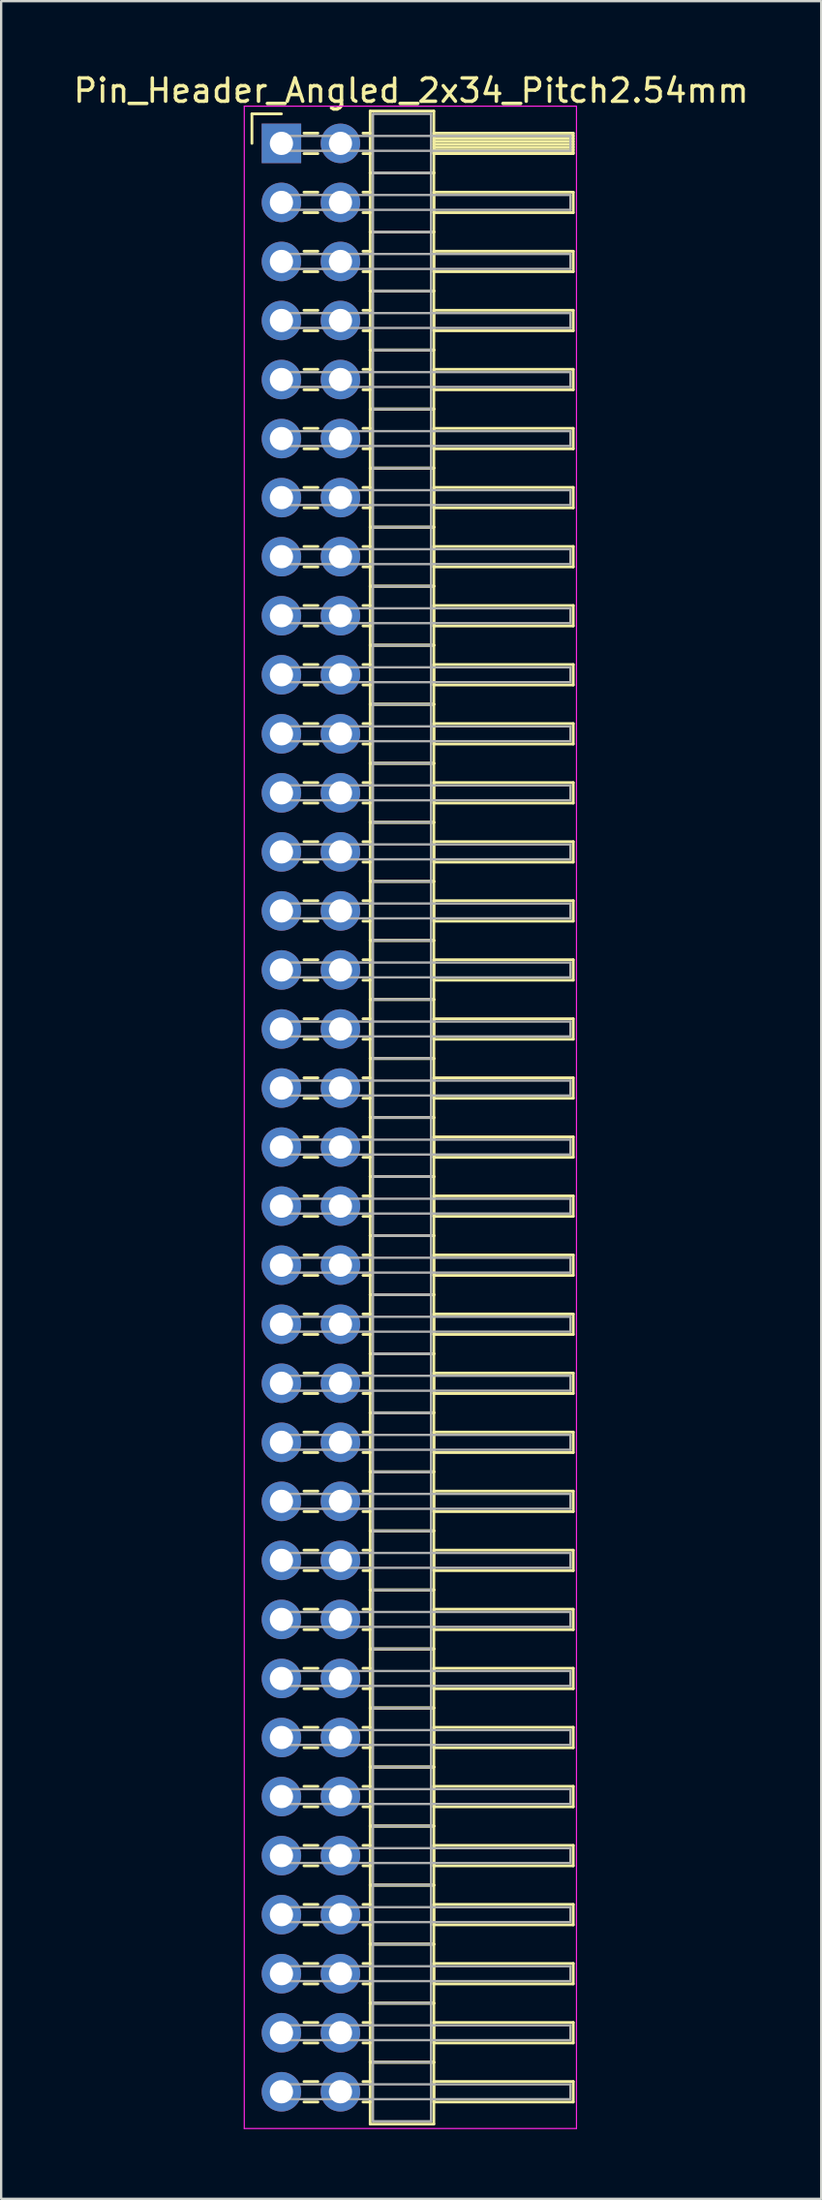
<source format=kicad_pcb>
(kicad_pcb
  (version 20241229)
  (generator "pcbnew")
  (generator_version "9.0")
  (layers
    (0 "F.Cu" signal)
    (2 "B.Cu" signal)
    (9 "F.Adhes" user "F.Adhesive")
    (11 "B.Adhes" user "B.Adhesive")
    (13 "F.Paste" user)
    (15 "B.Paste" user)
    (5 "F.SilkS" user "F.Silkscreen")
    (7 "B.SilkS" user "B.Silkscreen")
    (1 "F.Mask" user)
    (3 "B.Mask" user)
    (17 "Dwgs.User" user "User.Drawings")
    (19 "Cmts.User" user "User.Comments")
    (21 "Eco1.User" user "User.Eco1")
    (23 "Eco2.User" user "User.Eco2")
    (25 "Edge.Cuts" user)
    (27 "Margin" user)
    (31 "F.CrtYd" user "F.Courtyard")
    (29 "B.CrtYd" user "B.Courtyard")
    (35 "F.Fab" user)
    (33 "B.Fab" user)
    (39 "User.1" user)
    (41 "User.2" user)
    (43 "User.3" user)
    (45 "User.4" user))
  (footprint "Pin_Header_Angled_2x34_Pitch2.54mm"
    (layer "F.Cu")
    (at 9.064 3.118)
    (property "Reference" "Pin_Header_Angled_2x34_Pitch2.54mm" (at 5.585 -2.27 0) (layer "F.SilkS") (effects (font (size 1 1) (thickness 0.15))))
    (attr through_hole)
    (fp_line (start -1.27 -1.27) (end 0 -1.27) (stroke (width 0.12) (type solid)) (layer "F.SilkS"))
    (fp_line (start -1.27 0) (end -1.27 -1.27) (stroke (width 0.12) (type solid)) (layer "F.SilkS"))
    (fp_line (start 0.97 -0.44) (end 1.57 -0.44) (stroke (width 0.12) (type solid)) (layer "F.SilkS"))
    (fp_line (start 0.97 0.44) (end 1.57 0.44) (stroke (width 0.12) (type solid)) (layer "F.SilkS"))
    (fp_line (start 0.97 2.1) (end 1.57 2.1) (stroke (width 0.12) (type solid)) (layer "F.SilkS"))
    (fp_line (start 0.97 2.98) (end 1.57 2.98) (stroke (width 0.12) (type solid)) (layer "F.SilkS"))
    (fp_line (start 0.97 4.64) (end 1.57 4.64) (stroke (width 0.12) (type solid)) (layer "F.SilkS"))
    (fp_line (start 0.97 5.52) (end 1.57 5.52) (stroke (width 0.12) (type solid)) (layer "F.SilkS"))
    (fp_line (start 0.97 7.18) (end 1.57 7.18) (stroke (width 0.12) (type solid)) (layer "F.SilkS"))
    (fp_line (start 0.97 8.06) (end 1.57 8.06) (stroke (width 0.12) (type solid)) (layer "F.SilkS"))
    (fp_line (start 0.97 9.72) (end 1.57 9.72) (stroke (width 0.12) (type solid)) (layer "F.SilkS"))
    (fp_line (start 0.97 10.6) (end 1.57 10.6) (stroke (width 0.12) (type solid)) (layer "F.SilkS"))
    (fp_line (start 0.97 12.26) (end 1.57 12.26) (stroke (width 0.12) (type solid)) (layer "F.SilkS"))
    (fp_line (start 0.97 13.14) (end 1.57 13.14) (stroke (width 0.12) (type solid)) (layer "F.SilkS"))
    (fp_line (start 0.97 14.8) (end 1.57 14.8) (stroke (width 0.12) (type solid)) (layer "F.SilkS"))
    (fp_line (start 0.97 15.68) (end 1.57 15.68) (stroke (width 0.12) (type solid)) (layer "F.SilkS"))
    (fp_line (start 0.97 17.34) (end 1.57 17.34) (stroke (width 0.12) (type solid)) (layer "F.SilkS"))
    (fp_line (start 0.97 18.22) (end 1.57 18.22) (stroke (width 0.12) (type solid)) (layer "F.SilkS"))
    (fp_line (start 0.97 19.88) (end 1.57 19.88) (stroke (width 0.12) (type solid)) (layer "F.SilkS"))
    (fp_line (start 0.97 20.76) (end 1.57 20.76) (stroke (width 0.12) (type solid)) (layer "F.SilkS"))
    (fp_line (start 0.97 22.42) (end 1.57 22.42) (stroke (width 0.12) (type solid)) (layer "F.SilkS"))
    (fp_line (start 0.97 23.3) (end 1.57 23.3) (stroke (width 0.12) (type solid)) (layer "F.SilkS"))
    (fp_line (start 0.97 24.96) (end 1.57 24.96) (stroke (width 0.12) (type solid)) (layer "F.SilkS"))
    (fp_line (start 0.97 25.84) (end 1.57 25.84) (stroke (width 0.12) (type solid)) (layer "F.SilkS"))
    (fp_line (start 0.97 27.5) (end 1.57 27.5) (stroke (width 0.12) (type solid)) (layer "F.SilkS"))
    (fp_line (start 0.97 28.38) (end 1.57 28.38) (stroke (width 0.12) (type solid)) (layer "F.SilkS"))
    (fp_line (start 0.97 30.04) (end 1.57 30.04) (stroke (width 0.12) (type solid)) (layer "F.SilkS"))
    (fp_line (start 0.97 30.92) (end 1.57 30.92) (stroke (width 0.12) (type solid)) (layer "F.SilkS"))
    (fp_line (start 0.97 32.58) (end 1.57 32.58) (stroke (width 0.12) (type solid)) (layer "F.SilkS"))
    (fp_line (start 0.97 33.46) (end 1.57 33.46) (stroke (width 0.12) (type solid)) (layer "F.SilkS"))
    (fp_line (start 0.97 35.12) (end 1.57 35.12) (stroke (width 0.12) (type solid)) (layer "F.SilkS"))
    (fp_line (start 0.97 36) (end 1.57 36) (stroke (width 0.12) (type solid)) (layer "F.SilkS"))
    (fp_line (start 0.97 37.66) (end 1.57 37.66) (stroke (width 0.12) (type solid)) (layer "F.SilkS"))
    (fp_line (start 0.97 38.54) (end 1.57 38.54) (stroke (width 0.12) (type solid)) (layer "F.SilkS"))
    (fp_line (start 0.97 40.2) (end 1.57 40.2) (stroke (width 0.12) (type solid)) (layer "F.SilkS"))
    (fp_line (start 0.97 41.08) (end 1.57 41.08) (stroke (width 0.12) (type solid)) (layer "F.SilkS"))
    (fp_line (start 0.97 42.74) (end 1.57 42.74) (stroke (width 0.12) (type solid)) (layer "F.SilkS"))
    (fp_line (start 0.97 43.62) (end 1.57 43.62) (stroke (width 0.12) (type solid)) (layer "F.SilkS"))
    (fp_line (start 0.97 45.28) (end 1.57 45.28) (stroke (width 0.12) (type solid)) (layer "F.SilkS"))
    (fp_line (start 0.97 46.16) (end 1.57 46.16) (stroke (width 0.12) (type solid)) (layer "F.SilkS"))
    (fp_line (start 0.97 47.82) (end 1.57 47.82) (stroke (width 0.12) (type solid)) (layer "F.SilkS"))
    (fp_line (start 0.97 48.7) (end 1.57 48.7) (stroke (width 0.12) (type solid)) (layer "F.SilkS"))
    (fp_line (start 0.97 50.36) (end 1.57 50.36) (stroke (width 0.12) (type solid)) (layer "F.SilkS"))
    (fp_line (start 0.97 51.24) (end 1.57 51.24) (stroke (width 0.12) (type solid)) (layer "F.SilkS"))
    (fp_line (start 0.97 52.9) (end 1.57 52.9) (stroke (width 0.12) (type solid)) (layer "F.SilkS"))
    (fp_line (start 0.97 53.78) (end 1.57 53.78) (stroke (width 0.12) (type solid)) (layer "F.SilkS"))
    (fp_line (start 0.97 55.44) (end 1.57 55.44) (stroke (width 0.12) (type solid)) (layer "F.SilkS"))
    (fp_line (start 0.97 56.32) (end 1.57 56.32) (stroke (width 0.12) (type solid)) (layer "F.SilkS"))
    (fp_line (start 0.97 57.98) (end 1.57 57.98) (stroke (width 0.12) (type solid)) (layer "F.SilkS"))
    (fp_line (start 0.97 58.86) (end 1.57 58.86) (stroke (width 0.12) (type solid)) (layer "F.SilkS"))
    (fp_line (start 0.97 60.52) (end 1.57 60.52) (stroke (width 0.12) (type solid)) (layer "F.SilkS"))
    (fp_line (start 0.97 61.4) (end 1.57 61.4) (stroke (width 0.12) (type solid)) (layer "F.SilkS"))
    (fp_line (start 0.97 63.06) (end 1.57 63.06) (stroke (width 0.12) (type solid)) (layer "F.SilkS"))
    (fp_line (start 0.97 63.94) (end 1.57 63.94) (stroke (width 0.12) (type solid)) (layer "F.SilkS"))
    (fp_line (start 0.97 65.6) (end 1.57 65.6) (stroke (width 0.12) (type solid)) (layer "F.SilkS"))
    (fp_line (start 0.97 66.48) (end 1.57 66.48) (stroke (width 0.12) (type solid)) (layer "F.SilkS"))
    (fp_line (start 0.97 68.14) (end 1.57 68.14) (stroke (width 0.12) (type solid)) (layer "F.SilkS"))
    (fp_line (start 0.97 69.02) (end 1.57 69.02) (stroke (width 0.12) (type solid)) (layer "F.SilkS"))
    (fp_line (start 0.97 70.68) (end 1.57 70.68) (stroke (width 0.12) (type solid)) (layer "F.SilkS"))
    (fp_line (start 0.97 71.56) (end 1.57 71.56) (stroke (width 0.12) (type solid)) (layer "F.SilkS"))
    (fp_line (start 0.97 73.22) (end 1.57 73.22) (stroke (width 0.12) (type solid)) (layer "F.SilkS"))
    (fp_line (start 0.97 74.1) (end 1.57 74.1) (stroke (width 0.12) (type solid)) (layer "F.SilkS"))
    (fp_line (start 0.97 75.76) (end 1.57 75.76) (stroke (width 0.12) (type solid)) (layer "F.SilkS"))
    (fp_line (start 0.97 76.64) (end 1.57 76.64) (stroke (width 0.12) (type solid)) (layer "F.SilkS"))
    (fp_line (start 0.97 78.3) (end 1.57 78.3) (stroke (width 0.12) (type solid)) (layer "F.SilkS"))
    (fp_line (start 0.97 79.18) (end 1.57 79.18) (stroke (width 0.12) (type solid)) (layer "F.SilkS"))
    (fp_line (start 0.97 80.84) (end 1.57 80.84) (stroke (width 0.12) (type solid)) (layer "F.SilkS"))
    (fp_line (start 0.97 81.72) (end 1.57 81.72) (stroke (width 0.12) (type solid)) (layer "F.SilkS"))
    (fp_line (start 0.97 83.38) (end 1.57 83.38) (stroke (width 0.12) (type solid)) (layer "F.SilkS"))
    (fp_line (start 0.97 84.26) (end 1.57 84.26) (stroke (width 0.12) (type solid)) (layer "F.SilkS"))
    (fp_line (start 3.51 -0.44) (end 3.82 -0.44) (stroke (width 0.12) (type solid)) (layer "F.SilkS"))
    (fp_line (start 3.51 0.44) (end 3.82 0.44) (stroke (width 0.12) (type solid)) (layer "F.SilkS"))
    (fp_line (start 3.51 2.1) (end 3.82 2.1) (stroke (width 0.12) (type solid)) (layer "F.SilkS"))
    (fp_line (start 3.51 2.98) (end 3.82 2.98) (stroke (width 0.12) (type solid)) (layer "F.SilkS"))
    (fp_line (start 3.51 4.64) (end 3.82 4.64) (stroke (width 0.12) (type solid)) (layer "F.SilkS"))
    (fp_line (start 3.51 5.52) (end 3.82 5.52) (stroke (width 0.12) (type solid)) (layer "F.SilkS"))
    (fp_line (start 3.51 7.18) (end 3.82 7.18) (stroke (width 0.12) (type solid)) (layer "F.SilkS"))
    (fp_line (start 3.51 8.06) (end 3.82 8.06) (stroke (width 0.12) (type solid)) (layer "F.SilkS"))
    (fp_line (start 3.51 9.72) (end 3.82 9.72) (stroke (width 0.12) (type solid)) (layer "F.SilkS"))
    (fp_line (start 3.51 10.6) (end 3.82 10.6) (stroke (width 0.12) (type solid)) (layer "F.SilkS"))
    (fp_line (start 3.51 12.26) (end 3.82 12.26) (stroke (width 0.12) (type solid)) (layer "F.SilkS"))
    (fp_line (start 3.51 13.14) (end 3.82 13.14) (stroke (width 0.12) (type solid)) (layer "F.SilkS"))
    (fp_line (start 3.51 14.8) (end 3.82 14.8) (stroke (width 0.12) (type solid)) (layer "F.SilkS"))
    (fp_line (start 3.51 15.68) (end 3.82 15.68) (stroke (width 0.12) (type solid)) (layer "F.SilkS"))
    (fp_line (start 3.51 17.34) (end 3.82 17.34) (stroke (width 0.12) (type solid)) (layer "F.SilkS"))
    (fp_line (start 3.51 18.22) (end 3.82 18.22) (stroke (width 0.12) (type solid)) (layer "F.SilkS"))
    (fp_line (start 3.51 19.88) (end 3.82 19.88) (stroke (width 0.12) (type solid)) (layer "F.SilkS"))
    (fp_line (start 3.51 20.76) (end 3.82 20.76) (stroke (width 0.12) (type solid)) (layer "F.SilkS"))
    (fp_line (start 3.51 22.42) (end 3.82 22.42) (stroke (width 0.12) (type solid)) (layer "F.SilkS"))
    (fp_line (start 3.51 23.3) (end 3.82 23.3) (stroke (width 0.12) (type solid)) (layer "F.SilkS"))
    (fp_line (start 3.51 24.96) (end 3.82 24.96) (stroke (width 0.12) (type solid)) (layer "F.SilkS"))
    (fp_line (start 3.51 25.84) (end 3.82 25.84) (stroke (width 0.12) (type solid)) (layer "F.SilkS"))
    (fp_line (start 3.51 27.5) (end 3.82 27.5) (stroke (width 0.12) (type solid)) (layer "F.SilkS"))
    (fp_line (start 3.51 28.38) (end 3.82 28.38) (stroke (width 0.12) (type solid)) (layer "F.SilkS"))
    (fp_line (start 3.51 30.04) (end 3.82 30.04) (stroke (width 0.12) (type solid)) (layer "F.SilkS"))
    (fp_line (start 3.51 30.92) (end 3.82 30.92) (stroke (width 0.12) (type solid)) (layer "F.SilkS"))
    (fp_line (start 3.51 32.58) (end 3.82 32.58) (stroke (width 0.12) (type solid)) (layer "F.SilkS"))
    (fp_line (start 3.51 33.46) (end 3.82 33.46) (stroke (width 0.12) (type solid)) (layer "F.SilkS"))
    (fp_line (start 3.51 35.12) (end 3.82 35.12) (stroke (width 0.12) (type solid)) (layer "F.SilkS"))
    (fp_line (start 3.51 36) (end 3.82 36) (stroke (width 0.12) (type solid)) (layer "F.SilkS"))
    (fp_line (start 3.51 37.66) (end 3.82 37.66) (stroke (width 0.12) (type solid)) (layer "F.SilkS"))
    (fp_line (start 3.51 38.54) (end 3.82 38.54) (stroke (width 0.12) (type solid)) (layer "F.SilkS"))
    (fp_line (start 3.51 40.2) (end 3.82 40.2) (stroke (width 0.12) (type solid)) (layer "F.SilkS"))
    (fp_line (start 3.51 41.08) (end 3.82 41.08) (stroke (width 0.12) (type solid)) (layer "F.SilkS"))
    (fp_line (start 3.51 42.74) (end 3.82 42.74) (stroke (width 0.12) (type solid)) (layer "F.SilkS"))
    (fp_line (start 3.51 43.62) (end 3.82 43.62) (stroke (width 0.12) (type solid)) (layer "F.SilkS"))
    (fp_line (start 3.51 45.28) (end 3.82 45.28) (stroke (width 0.12) (type solid)) (layer "F.SilkS"))
    (fp_line (start 3.51 46.16) (end 3.82 46.16) (stroke (width 0.12) (type solid)) (layer "F.SilkS"))
    (fp_line (start 3.51 47.82) (end 3.82 47.82) (stroke (width 0.12) (type solid)) (layer "F.SilkS"))
    (fp_line (start 3.51 48.7) (end 3.82 48.7) (stroke (width 0.12) (type solid)) (layer "F.SilkS"))
    (fp_line (start 3.51 50.36) (end 3.82 50.36) (stroke (width 0.12) (type solid)) (layer "F.SilkS"))
    (fp_line (start 3.51 51.24) (end 3.82 51.24) (stroke (width 0.12) (type solid)) (layer "F.SilkS"))
    (fp_line (start 3.51 52.9) (end 3.82 52.9) (stroke (width 0.12) (type solid)) (layer "F.SilkS"))
    (fp_line (start 3.51 53.78) (end 3.82 53.78) (stroke (width 0.12) (type solid)) (layer "F.SilkS"))
    (fp_line (start 3.51 55.44) (end 3.82 55.44) (stroke (width 0.12) (type solid)) (layer "F.SilkS"))
    (fp_line (start 3.51 56.32) (end 3.82 56.32) (stroke (width 0.12) (type solid)) (layer "F.SilkS"))
    (fp_line (start 3.51 57.98) (end 3.82 57.98) (stroke (width 0.12) (type solid)) (layer "F.SilkS"))
    (fp_line (start 3.51 58.86) (end 3.82 58.86) (stroke (width 0.12) (type solid)) (layer "F.SilkS"))
    (fp_line (start 3.51 60.52) (end 3.82 60.52) (stroke (width 0.12) (type solid)) (layer "F.SilkS"))
    (fp_line (start 3.51 61.4) (end 3.82 61.4) (stroke (width 0.12) (type solid)) (layer "F.SilkS"))
    (fp_line (start 3.51 63.06) (end 3.82 63.06) (stroke (width 0.12) (type solid)) (layer "F.SilkS"))
    (fp_line (start 3.51 63.94) (end 3.82 63.94) (stroke (width 0.12) (type solid)) (layer "F.SilkS"))
    (fp_line (start 3.51 65.6) (end 3.82 65.6) (stroke (width 0.12) (type solid)) (layer "F.SilkS"))
    (fp_line (start 3.51 66.48) (end 3.82 66.48) (stroke (width 0.12) (type solid)) (layer "F.SilkS"))
    (fp_line (start 3.51 68.14) (end 3.82 68.14) (stroke (width 0.12) (type solid)) (layer "F.SilkS"))
    (fp_line (start 3.51 69.02) (end 3.82 69.02) (stroke (width 0.12) (type solid)) (layer "F.SilkS"))
    (fp_line (start 3.51 70.68) (end 3.82 70.68) (stroke (width 0.12) (type solid)) (layer "F.SilkS"))
    (fp_line (start 3.51 71.56) (end 3.82 71.56) (stroke (width 0.12) (type solid)) (layer "F.SilkS"))
    (fp_line (start 3.51 73.22) (end 3.82 73.22) (stroke (width 0.12) (type solid)) (layer "F.SilkS"))
    (fp_line (start 3.51 74.1) (end 3.82 74.1) (stroke (width 0.12) (type solid)) (layer "F.SilkS"))
    (fp_line (start 3.51 75.76) (end 3.82 75.76) (stroke (width 0.12) (type solid)) (layer "F.SilkS"))
    (fp_line (start 3.51 76.64) (end 3.82 76.64) (stroke (width 0.12) (type solid)) (layer "F.SilkS"))
    (fp_line (start 3.51 78.3) (end 3.82 78.3) (stroke (width 0.12) (type solid)) (layer "F.SilkS"))
    (fp_line (start 3.51 79.18) (end 3.82 79.18) (stroke (width 0.12) (type solid)) (layer "F.SilkS"))
    (fp_line (start 3.51 80.84) (end 3.82 80.84) (stroke (width 0.12) (type solid)) (layer "F.SilkS"))
    (fp_line (start 3.51 81.72) (end 3.82 81.72) (stroke (width 0.12) (type solid)) (layer "F.SilkS"))
    (fp_line (start 3.51 83.38) (end 3.82 83.38) (stroke (width 0.12) (type solid)) (layer "F.SilkS"))
    (fp_line (start 3.51 84.26) (end 3.82 84.26) (stroke (width 0.12) (type solid)) (layer "F.SilkS"))
    (fp_line (start 3.82 -1.39) (end 3.82 1.27) (stroke (width 0.12) (type solid)) (layer "F.SilkS"))
    (fp_line (start 3.82 1.27) (end 3.82 3.81) (stroke (width 0.12) (type solid)) (layer "F.SilkS"))
    (fp_line (start 3.82 1.27) (end 6.56 1.27) (stroke (width 0.12) (type solid)) (layer "F.SilkS"))
    (fp_line (start 3.82 3.81) (end 3.82 6.35) (stroke (width 0.12) (type solid)) (layer "F.SilkS"))
    (fp_line (start 3.82 3.81) (end 6.56 3.81) (stroke (width 0.12) (type solid)) (layer "F.SilkS"))
    (fp_line (start 3.82 6.35) (end 3.82 8.89) (stroke (width 0.12) (type solid)) (layer "F.SilkS"))
    (fp_line (start 3.82 6.35) (end 6.56 6.35) (stroke (width 0.12) (type solid)) (layer "F.SilkS"))
    (fp_line (start 3.82 8.89) (end 3.82 11.43) (stroke (width 0.12) (type solid)) (layer "F.SilkS"))
    (fp_line (start 3.82 8.89) (end 6.56 8.89) (stroke (width 0.12) (type solid)) (layer "F.SilkS"))
    (fp_line (start 3.82 11.43) (end 3.82 13.97) (stroke (width 0.12) (type solid)) (layer "F.SilkS"))
    (fp_line (start 3.82 11.43) (end 6.56 11.43) (stroke (width 0.12) (type solid)) (layer "F.SilkS"))
    (fp_line (start 3.82 13.97) (end 3.82 16.51) (stroke (width 0.12) (type solid)) (layer "F.SilkS"))
    (fp_line (start 3.82 13.97) (end 6.56 13.97) (stroke (width 0.12) (type solid)) (layer "F.SilkS"))
    (fp_line (start 3.82 16.51) (end 3.82 19.05) (stroke (width 0.12) (type solid)) (layer "F.SilkS"))
    (fp_line (start 3.82 16.51) (end 6.56 16.51) (stroke (width 0.12) (type solid)) (layer "F.SilkS"))
    (fp_line (start 3.82 19.05) (end 3.82 21.59) (stroke (width 0.12) (type solid)) (layer "F.SilkS"))
    (fp_line (start 3.82 19.05) (end 6.56 19.05) (stroke (width 0.12) (type solid)) (layer "F.SilkS"))
    (fp_line (start 3.82 21.59) (end 3.82 24.13) (stroke (width 0.12) (type solid)) (layer "F.SilkS"))
    (fp_line (start 3.82 21.59) (end 6.56 21.59) (stroke (width 0.12) (type solid)) (layer "F.SilkS"))
    (fp_line (start 3.82 24.13) (end 3.82 26.67) (stroke (width 0.12) (type solid)) (layer "F.SilkS"))
    (fp_line (start 3.82 24.13) (end 6.56 24.13) (stroke (width 0.12) (type solid)) (layer "F.SilkS"))
    (fp_line (start 3.82 26.67) (end 3.82 29.21) (stroke (width 0.12) (type solid)) (layer "F.SilkS"))
    (fp_line (start 3.82 26.67) (end 6.56 26.67) (stroke (width 0.12) (type solid)) (layer "F.SilkS"))
    (fp_line (start 3.82 29.21) (end 3.82 31.75) (stroke (width 0.12) (type solid)) (layer "F.SilkS"))
    (fp_line (start 3.82 29.21) (end 6.56 29.21) (stroke (width 0.12) (type solid)) (layer "F.SilkS"))
    (fp_line (start 3.82 31.75) (end 3.82 34.29) (stroke (width 0.12) (type solid)) (layer "F.SilkS"))
    (fp_line (start 3.82 31.75) (end 6.56 31.75) (stroke (width 0.12) (type solid)) (layer "F.SilkS"))
    (fp_line (start 3.82 34.29) (end 3.82 36.83) (stroke (width 0.12) (type solid)) (layer "F.SilkS"))
    (fp_line (start 3.82 34.29) (end 6.56 34.29) (stroke (width 0.12) (type solid)) (layer "F.SilkS"))
    (fp_line (start 3.82 36.83) (end 3.82 39.37) (stroke (width 0.12) (type solid)) (layer "F.SilkS"))
    (fp_line (start 3.82 36.83) (end 6.56 36.83) (stroke (width 0.12) (type solid)) (layer "F.SilkS"))
    (fp_line (start 3.82 39.37) (end 3.82 41.91) (stroke (width 0.12) (type solid)) (layer "F.SilkS"))
    (fp_line (start 3.82 39.37) (end 6.56 39.37) (stroke (width 0.12) (type solid)) (layer "F.SilkS"))
    (fp_line (start 3.82 41.91) (end 3.82 44.45) (stroke (width 0.12) (type solid)) (layer "F.SilkS"))
    (fp_line (start 3.82 41.91) (end 6.56 41.91) (stroke (width 0.12) (type solid)) (layer "F.SilkS"))
    (fp_line (start 3.82 44.45) (end 3.82 46.99) (stroke (width 0.12) (type solid)) (layer "F.SilkS"))
    (fp_line (start 3.82 44.45) (end 6.56 44.45) (stroke (width 0.12) (type solid)) (layer "F.SilkS"))
    (fp_line (start 3.82 46.99) (end 3.82 49.53) (stroke (width 0.12) (type solid)) (layer "F.SilkS"))
    (fp_line (start 3.82 46.99) (end 6.56 46.99) (stroke (width 0.12) (type solid)) (layer "F.SilkS"))
    (fp_line (start 3.82 49.53) (end 3.82 52.07) (stroke (width 0.12) (type solid)) (layer "F.SilkS"))
    (fp_line (start 3.82 49.53) (end 6.56 49.53) (stroke (width 0.12) (type solid)) (layer "F.SilkS"))
    (fp_line (start 3.82 52.07) (end 3.82 54.61) (stroke (width 0.12) (type solid)) (layer "F.SilkS"))
    (fp_line (start 3.82 52.07) (end 6.56 52.07) (stroke (width 0.12) (type solid)) (layer "F.SilkS"))
    (fp_line (start 3.82 54.61) (end 3.82 57.15) (stroke (width 0.12) (type solid)) (layer "F.SilkS"))
    (fp_line (start 3.82 54.61) (end 6.56 54.61) (stroke (width 0.12) (type solid)) (layer "F.SilkS"))
    (fp_line (start 3.82 57.15) (end 3.82 59.69) (stroke (width 0.12) (type solid)) (layer "F.SilkS"))
    (fp_line (start 3.82 57.15) (end 6.56 57.15) (stroke (width 0.12) (type solid)) (layer "F.SilkS"))
    (fp_line (start 3.82 59.69) (end 3.82 62.23) (stroke (width 0.12) (type solid)) (layer "F.SilkS"))
    (fp_line (start 3.82 59.69) (end 6.56 59.69) (stroke (width 0.12) (type solid)) (layer "F.SilkS"))
    (fp_line (start 3.82 62.23) (end 3.82 64.77) (stroke (width 0.12) (type solid)) (layer "F.SilkS"))
    (fp_line (start 3.82 62.23) (end 6.56 62.23) (stroke (width 0.12) (type solid)) (layer "F.SilkS"))
    (fp_line (start 3.82 64.77) (end 3.82 67.31) (stroke (width 0.12) (type solid)) (layer "F.SilkS"))
    (fp_line (start 3.82 64.77) (end 6.56 64.77) (stroke (width 0.12) (type solid)) (layer "F.SilkS"))
    (fp_line (start 3.82 67.31) (end 3.82 69.85) (stroke (width 0.12) (type solid)) (layer "F.SilkS"))
    (fp_line (start 3.82 67.31) (end 6.56 67.31) (stroke (width 0.12) (type solid)) (layer "F.SilkS"))
    (fp_line (start 3.82 69.85) (end 3.82 72.39) (stroke (width 0.12) (type solid)) (layer "F.SilkS"))
    (fp_line (start 3.82 69.85) (end 6.56 69.85) (stroke (width 0.12) (type solid)) (layer "F.SilkS"))
    (fp_line (start 3.82 72.39) (end 3.82 74.93) (stroke (width 0.12) (type solid)) (layer "F.SilkS"))
    (fp_line (start 3.82 72.39) (end 6.56 72.39) (stroke (width 0.12) (type solid)) (layer "F.SilkS"))
    (fp_line (start 3.82 74.93) (end 3.82 77.47) (stroke (width 0.12) (type solid)) (layer "F.SilkS"))
    (fp_line (start 3.82 74.93) (end 6.56 74.93) (stroke (width 0.12) (type solid)) (layer "F.SilkS"))
    (fp_line (start 3.82 77.47) (end 3.82 80.01) (stroke (width 0.12) (type solid)) (layer "F.SilkS"))
    (fp_line (start 3.82 77.47) (end 6.56 77.47) (stroke (width 0.12) (type solid)) (layer "F.SilkS"))
    (fp_line (start 3.82 80.01) (end 3.82 82.55) (stroke (width 0.12) (type solid)) (layer "F.SilkS"))
    (fp_line (start 3.82 80.01) (end 6.56 80.01) (stroke (width 0.12) (type solid)) (layer "F.SilkS"))
    (fp_line (start 3.82 82.55) (end 3.82 85.21) (stroke (width 0.12) (type solid)) (layer "F.SilkS"))
    (fp_line (start 3.82 82.55) (end 6.56 82.55) (stroke (width 0.12) (type solid)) (layer "F.SilkS"))
    (fp_line (start 3.82 85.21) (end 6.56 85.21) (stroke (width 0.12) (type solid)) (layer "F.SilkS"))
    (fp_line (start 6.56 -1.39) (end 3.82 -1.39) (stroke (width 0.12) (type solid)) (layer "F.SilkS"))
    (fp_line (start 6.56 -0.44) (end 6.56 0.44) (stroke (width 0.12) (type solid)) (layer "F.SilkS"))
    (fp_line (start 6.56 -0.32) (end 12.56 -0.32) (stroke (width 0.12) (type solid)) (layer "F.SilkS"))
    (fp_line (start 6.56 -0.2) (end 12.56 -0.2) (stroke (width 0.12) (type solid)) (layer "F.SilkS"))
    (fp_line (start 6.56 -0.08) (end 12.56 -0.08) (stroke (width 0.12) (type solid)) (layer "F.SilkS"))
    (fp_line (start 6.56 0.04) (end 12.56 0.04) (stroke (width 0.12) (type solid)) (layer "F.SilkS"))
    (fp_line (start 6.56 0.16) (end 12.56 0.16) (stroke (width 0.12) (type solid)) (layer "F.SilkS"))
    (fp_line (start 6.56 0.28) (end 12.56 0.28) (stroke (width 0.12) (type solid)) (layer "F.SilkS"))
    (fp_line (start 6.56 0.4) (end 12.56 0.4) (stroke (width 0.12) (type solid)) (layer "F.SilkS"))
    (fp_line (start 6.56 0.44) (end 12.56 0.44) (stroke (width 0.12) (type solid)) (layer "F.SilkS"))
    (fp_line (start 6.56 1.27) (end 3.82 1.27) (stroke (width 0.12) (type solid)) (layer "F.SilkS"))
    (fp_line (start 6.56 1.27) (end 6.56 -1.39) (stroke (width 0.12) (type solid)) (layer "F.SilkS"))
    (fp_line (start 6.56 2.1) (end 6.56 2.98) (stroke (width 0.12) (type solid)) (layer "F.SilkS"))
    (fp_line (start 6.56 2.98) (end 12.56 2.98) (stroke (width 0.12) (type solid)) (layer "F.SilkS"))
    (fp_line (start 6.56 3.81) (end 3.82 3.81) (stroke (width 0.12) (type solid)) (layer "F.SilkS"))
    (fp_line (start 6.56 3.81) (end 6.56 1.27) (stroke (width 0.12) (type solid)) (layer "F.SilkS"))
    (fp_line (start 6.56 4.64) (end 6.56 5.52) (stroke (width 0.12) (type solid)) (layer "F.SilkS"))
    (fp_line (start 6.56 5.52) (end 12.56 5.52) (stroke (width 0.12) (type solid)) (layer "F.SilkS"))
    (fp_line (start 6.56 6.35) (end 3.82 6.35) (stroke (width 0.12) (type solid)) (layer "F.SilkS"))
    (fp_line (start 6.56 6.35) (end 6.56 3.81) (stroke (width 0.12) (type solid)) (layer "F.SilkS"))
    (fp_line (start 6.56 7.18) (end 6.56 8.06) (stroke (width 0.12) (type solid)) (layer "F.SilkS"))
    (fp_line (start 6.56 8.06) (end 12.56 8.06) (stroke (width 0.12) (type solid)) (layer "F.SilkS"))
    (fp_line (start 6.56 8.89) (end 3.82 8.89) (stroke (width 0.12) (type solid)) (layer "F.SilkS"))
    (fp_line (start 6.56 8.89) (end 6.56 6.35) (stroke (width 0.12) (type solid)) (layer "F.SilkS"))
    (fp_line (start 6.56 9.72) (end 6.56 10.6) (stroke (width 0.12) (type solid)) (layer "F.SilkS"))
    (fp_line (start 6.56 10.6) (end 12.56 10.6) (stroke (width 0.12) (type solid)) (layer "F.SilkS"))
    (fp_line (start 6.56 11.43) (end 3.82 11.43) (stroke (width 0.12) (type solid)) (layer "F.SilkS"))
    (fp_line (start 6.56 11.43) (end 6.56 8.89) (stroke (width 0.12) (type solid)) (layer "F.SilkS"))
    (fp_line (start 6.56 12.26) (end 6.56 13.14) (stroke (width 0.12) (type solid)) (layer "F.SilkS"))
    (fp_line (start 6.56 13.14) (end 12.56 13.14) (stroke (width 0.12) (type solid)) (layer "F.SilkS"))
    (fp_line (start 6.56 13.97) (end 3.82 13.97) (stroke (width 0.12) (type solid)) (layer "F.SilkS"))
    (fp_line (start 6.56 13.97) (end 6.56 11.43) (stroke (width 0.12) (type solid)) (layer "F.SilkS"))
    (fp_line (start 6.56 14.8) (end 6.56 15.68) (stroke (width 0.12) (type solid)) (layer "F.SilkS"))
    (fp_line (start 6.56 15.68) (end 12.56 15.68) (stroke (width 0.12) (type solid)) (layer "F.SilkS"))
    (fp_line (start 6.56 16.51) (end 3.82 16.51) (stroke (width 0.12) (type solid)) (layer "F.SilkS"))
    (fp_line (start 6.56 16.51) (end 6.56 13.97) (stroke (width 0.12) (type solid)) (layer "F.SilkS"))
    (fp_line (start 6.56 17.34) (end 6.56 18.22) (stroke (width 0.12) (type solid)) (layer "F.SilkS"))
    (fp_line (start 6.56 18.22) (end 12.56 18.22) (stroke (width 0.12) (type solid)) (layer "F.SilkS"))
    (fp_line (start 6.56 19.05) (end 3.82 19.05) (stroke (width 0.12) (type solid)) (layer "F.SilkS"))
    (fp_line (start 6.56 19.05) (end 6.56 16.51) (stroke (width 0.12) (type solid)) (layer "F.SilkS"))
    (fp_line (start 6.56 19.88) (end 6.56 20.76) (stroke (width 0.12) (type solid)) (layer "F.SilkS"))
    (fp_line (start 6.56 20.76) (end 12.56 20.76) (stroke (width 0.12) (type solid)) (layer "F.SilkS"))
    (fp_line (start 6.56 21.59) (end 3.82 21.59) (stroke (width 0.12) (type solid)) (layer "F.SilkS"))
    (fp_line (start 6.56 21.59) (end 6.56 19.05) (stroke (width 0.12) (type solid)) (layer "F.SilkS"))
    (fp_line (start 6.56 22.42) (end 6.56 23.3) (stroke (width 0.12) (type solid)) (layer "F.SilkS"))
    (fp_line (start 6.56 23.3) (end 12.56 23.3) (stroke (width 0.12) (type solid)) (layer "F.SilkS"))
    (fp_line (start 6.56 24.13) (end 3.82 24.13) (stroke (width 0.12) (type solid)) (layer "F.SilkS"))
    (fp_line (start 6.56 24.13) (end 6.56 21.59) (stroke (width 0.12) (type solid)) (layer "F.SilkS"))
    (fp_line (start 6.56 24.96) (end 6.56 25.84) (stroke (width 0.12) (type solid)) (layer "F.SilkS"))
    (fp_line (start 6.56 25.84) (end 12.56 25.84) (stroke (width 0.12) (type solid)) (layer "F.SilkS"))
    (fp_line (start 6.56 26.67) (end 3.82 26.67) (stroke (width 0.12) (type solid)) (layer "F.SilkS"))
    (fp_line (start 6.56 26.67) (end 6.56 24.13) (stroke (width 0.12) (type solid)) (layer "F.SilkS"))
    (fp_line (start 6.56 27.5) (end 6.56 28.38) (stroke (width 0.12) (type solid)) (layer "F.SilkS"))
    (fp_line (start 6.56 28.38) (end 12.56 28.38) (stroke (width 0.12) (type solid)) (layer "F.SilkS"))
    (fp_line (start 6.56 29.21) (end 3.82 29.21) (stroke (width 0.12) (type solid)) (layer "F.SilkS"))
    (fp_line (start 6.56 29.21) (end 6.56 26.67) (stroke (width 0.12) (type solid)) (layer "F.SilkS"))
    (fp_line (start 6.56 30.04) (end 6.56 30.92) (stroke (width 0.12) (type solid)) (layer "F.SilkS"))
    (fp_line (start 6.56 30.92) (end 12.56 30.92) (stroke (width 0.12) (type solid)) (layer "F.SilkS"))
    (fp_line (start 6.56 31.75) (end 3.82 31.75) (stroke (width 0.12) (type solid)) (layer "F.SilkS"))
    (fp_line (start 6.56 31.75) (end 6.56 29.21) (stroke (width 0.12) (type solid)) (layer "F.SilkS"))
    (fp_line (start 6.56 32.58) (end 6.56 33.46) (stroke (width 0.12) (type solid)) (layer "F.SilkS"))
    (fp_line (start 6.56 33.46) (end 12.56 33.46) (stroke (width 0.12) (type solid)) (layer "F.SilkS"))
    (fp_line (start 6.56 34.29) (end 3.82 34.29) (stroke (width 0.12) (type solid)) (layer "F.SilkS"))
    (fp_line (start 6.56 34.29) (end 6.56 31.75) (stroke (width 0.12) (type solid)) (layer "F.SilkS"))
    (fp_line (start 6.56 35.12) (end 6.56 36) (stroke (width 0.12) (type solid)) (layer "F.SilkS"))
    (fp_line (start 6.56 36) (end 12.56 36) (stroke (width 0.12) (type solid)) (layer "F.SilkS"))
    (fp_line (start 6.56 36.83) (end 3.82 36.83) (stroke (width 0.12) (type solid)) (layer "F.SilkS"))
    (fp_line (start 6.56 36.83) (end 6.56 34.29) (stroke (width 0.12) (type solid)) (layer "F.SilkS"))
    (fp_line (start 6.56 37.66) (end 6.56 38.54) (stroke (width 0.12) (type solid)) (layer "F.SilkS"))
    (fp_line (start 6.56 38.54) (end 12.56 38.54) (stroke (width 0.12) (type solid)) (layer "F.SilkS"))
    (fp_line (start 6.56 39.37) (end 3.82 39.37) (stroke (width 0.12) (type solid)) (layer "F.SilkS"))
    (fp_line (start 6.56 39.37) (end 6.56 36.83) (stroke (width 0.12) (type solid)) (layer "F.SilkS"))
    (fp_line (start 6.56 40.2) (end 6.56 41.08) (stroke (width 0.12) (type solid)) (layer "F.SilkS"))
    (fp_line (start 6.56 41.08) (end 12.56 41.08) (stroke (width 0.12) (type solid)) (layer "F.SilkS"))
    (fp_line (start 6.56 41.91) (end 3.82 41.91) (stroke (width 0.12) (type solid)) (layer "F.SilkS"))
    (fp_line (start 6.56 41.91) (end 6.56 39.37) (stroke (width 0.12) (type solid)) (layer "F.SilkS"))
    (fp_line (start 6.56 42.74) (end 6.56 43.62) (stroke (width 0.12) (type solid)) (layer "F.SilkS"))
    (fp_line (start 6.56 43.62) (end 12.56 43.62) (stroke (width 0.12) (type solid)) (layer "F.SilkS"))
    (fp_line (start 6.56 44.45) (end 3.82 44.45) (stroke (width 0.12) (type solid)) (layer "F.SilkS"))
    (fp_line (start 6.56 44.45) (end 6.56 41.91) (stroke (width 0.12) (type solid)) (layer "F.SilkS"))
    (fp_line (start 6.56 45.28) (end 6.56 46.16) (stroke (width 0.12) (type solid)) (layer "F.SilkS"))
    (fp_line (start 6.56 46.16) (end 12.56 46.16) (stroke (width 0.12) (type solid)) (layer "F.SilkS"))
    (fp_line (start 6.56 46.99) (end 3.82 46.99) (stroke (width 0.12) (type solid)) (layer "F.SilkS"))
    (fp_line (start 6.56 46.99) (end 6.56 44.45) (stroke (width 0.12) (type solid)) (layer "F.SilkS"))
    (fp_line (start 6.56 47.82) (end 6.56 48.7) (stroke (width 0.12) (type solid)) (layer "F.SilkS"))
    (fp_line (start 6.56 48.7) (end 12.56 48.7) (stroke (width 0.12) (type solid)) (layer "F.SilkS"))
    (fp_line (start 6.56 49.53) (end 3.82 49.53) (stroke (width 0.12) (type solid)) (layer "F.SilkS"))
    (fp_line (start 6.56 49.53) (end 6.56 46.99) (stroke (width 0.12) (type solid)) (layer "F.SilkS"))
    (fp_line (start 6.56 50.36) (end 6.56 51.24) (stroke (width 0.12) (type solid)) (layer "F.SilkS"))
    (fp_line (start 6.56 51.24) (end 12.56 51.24) (stroke (width 0.12) (type solid)) (layer "F.SilkS"))
    (fp_line (start 6.56 52.07) (end 3.82 52.07) (stroke (width 0.12) (type solid)) (layer "F.SilkS"))
    (fp_line (start 6.56 52.07) (end 6.56 49.53) (stroke (width 0.12) (type solid)) (layer "F.SilkS"))
    (fp_line (start 6.56 52.9) (end 6.56 53.78) (stroke (width 0.12) (type solid)) (layer "F.SilkS"))
    (fp_line (start 6.56 53.78) (end 12.56 53.78) (stroke (width 0.12) (type solid)) (layer "F.SilkS"))
    (fp_line (start 6.56 54.61) (end 3.82 54.61) (stroke (width 0.12) (type solid)) (layer "F.SilkS"))
    (fp_line (start 6.56 54.61) (end 6.56 52.07) (stroke (width 0.12) (type solid)) (layer "F.SilkS"))
    (fp_line (start 6.56 55.44) (end 6.56 56.32) (stroke (width 0.12) (type solid)) (layer "F.SilkS"))
    (fp_line (start 6.56 56.32) (end 12.56 56.32) (stroke (width 0.12) (type solid)) (layer "F.SilkS"))
    (fp_line (start 6.56 57.15) (end 3.82 57.15) (stroke (width 0.12) (type solid)) (layer "F.SilkS"))
    (fp_line (start 6.56 57.15) (end 6.56 54.61) (stroke (width 0.12) (type solid)) (layer "F.SilkS"))
    (fp_line (start 6.56 57.98) (end 6.56 58.86) (stroke (width 0.12) (type solid)) (layer "F.SilkS"))
    (fp_line (start 6.56 58.86) (end 12.56 58.86) (stroke (width 0.12) (type solid)) (layer "F.SilkS"))
    (fp_line (start 6.56 59.69) (end 3.82 59.69) (stroke (width 0.12) (type solid)) (layer "F.SilkS"))
    (fp_line (start 6.56 59.69) (end 6.56 57.15) (stroke (width 0.12) (type solid)) (layer "F.SilkS"))
    (fp_line (start 6.56 60.52) (end 6.56 61.4) (stroke (width 0.12) (type solid)) (layer "F.SilkS"))
    (fp_line (start 6.56 61.4) (end 12.56 61.4) (stroke (width 0.12) (type solid)) (layer "F.SilkS"))
    (fp_line (start 6.56 62.23) (end 3.82 62.23) (stroke (width 0.12) (type solid)) (layer "F.SilkS"))
    (fp_line (start 6.56 62.23) (end 6.56 59.69) (stroke (width 0.12) (type solid)) (layer "F.SilkS"))
    (fp_line (start 6.56 63.06) (end 6.56 63.94) (stroke (width 0.12) (type solid)) (layer "F.SilkS"))
    (fp_line (start 6.56 63.94) (end 12.56 63.94) (stroke (width 0.12) (type solid)) (layer "F.SilkS"))
    (fp_line (start 6.56 64.77) (end 3.82 64.77) (stroke (width 0.12) (type solid)) (layer "F.SilkS"))
    (fp_line (start 6.56 64.77) (end 6.56 62.23) (stroke (width 0.12) (type solid)) (layer "F.SilkS"))
    (fp_line (start 6.56 65.6) (end 6.56 66.48) (stroke (width 0.12) (type solid)) (layer "F.SilkS"))
    (fp_line (start 6.56 66.48) (end 12.56 66.48) (stroke (width 0.12) (type solid)) (layer "F.SilkS"))
    (fp_line (start 6.56 67.31) (end 3.82 67.31) (stroke (width 0.12) (type solid)) (layer "F.SilkS"))
    (fp_line (start 6.56 67.31) (end 6.56 64.77) (stroke (width 0.12) (type solid)) (layer "F.SilkS"))
    (fp_line (start 6.56 68.14) (end 6.56 69.02) (stroke (width 0.12) (type solid)) (layer "F.SilkS"))
    (fp_line (start 6.56 69.02) (end 12.56 69.02) (stroke (width 0.12) (type solid)) (layer "F.SilkS"))
    (fp_line (start 6.56 69.85) (end 3.82 69.85) (stroke (width 0.12) (type solid)) (layer "F.SilkS"))
    (fp_line (start 6.56 69.85) (end 6.56 67.31) (stroke (width 0.12) (type solid)) (layer "F.SilkS"))
    (fp_line (start 6.56 70.68) (end 6.56 71.56) (stroke (width 0.12) (type solid)) (layer "F.SilkS"))
    (fp_line (start 6.56 71.56) (end 12.56 71.56) (stroke (width 0.12) (type solid)) (layer "F.SilkS"))
    (fp_line (start 6.56 72.39) (end 3.82 72.39) (stroke (width 0.12) (type solid)) (layer "F.SilkS"))
    (fp_line (start 6.56 72.39) (end 6.56 69.85) (stroke (width 0.12) (type solid)) (layer "F.SilkS"))
    (fp_line (start 6.56 73.22) (end 6.56 74.1) (stroke (width 0.12) (type solid)) (layer "F.SilkS"))
    (fp_line (start 6.56 74.1) (end 12.56 74.1) (stroke (width 0.12) (type solid)) (layer "F.SilkS"))
    (fp_line (start 6.56 74.93) (end 3.82 74.93) (stroke (width 0.12) (type solid)) (layer "F.SilkS"))
    (fp_line (start 6.56 74.93) (end 6.56 72.39) (stroke (width 0.12) (type solid)) (layer "F.SilkS"))
    (fp_line (start 6.56 75.76) (end 6.56 76.64) (stroke (width 0.12) (type solid)) (layer "F.SilkS"))
    (fp_line (start 6.56 76.64) (end 12.56 76.64) (stroke (width 0.12) (type solid)) (layer "F.SilkS"))
    (fp_line (start 6.56 77.47) (end 3.82 77.47) (stroke (width 0.12) (type solid)) (layer "F.SilkS"))
    (fp_line (start 6.56 77.47) (end 6.56 74.93) (stroke (width 0.12) (type solid)) (layer "F.SilkS"))
    (fp_line (start 6.56 78.3) (end 6.56 79.18) (stroke (width 0.12) (type solid)) (layer "F.SilkS"))
    (fp_line (start 6.56 79.18) (end 12.56 79.18) (stroke (width 0.12) (type solid)) (layer "F.SilkS"))
    (fp_line (start 6.56 80.01) (end 3.82 80.01) (stroke (width 0.12) (type solid)) (layer "F.SilkS"))
    (fp_line (start 6.56 80.01) (end 6.56 77.47) (stroke (width 0.12) (type solid)) (layer "F.SilkS"))
    (fp_line (start 6.56 80.84) (end 6.56 81.72) (stroke (width 0.12) (type solid)) (layer "F.SilkS"))
    (fp_line (start 6.56 81.72) (end 12.56 81.72) (stroke (width 0.12) (type solid)) (layer "F.SilkS"))
    (fp_line (start 6.56 82.55) (end 3.82 82.55) (stroke (width 0.12) (type solid)) (layer "F.SilkS"))
    (fp_line (start 6.56 82.55) (end 6.56 80.01) (stroke (width 0.12) (type solid)) (layer "F.SilkS"))
    (fp_line (start 6.56 83.38) (end 6.56 84.26) (stroke (width 0.12) (type solid)) (layer "F.SilkS"))
    (fp_line (start 6.56 84.26) (end 12.56 84.26) (stroke (width 0.12) (type solid)) (layer "F.SilkS"))
    (fp_line (start 6.56 85.21) (end 6.56 82.55) (stroke (width 0.12) (type solid)) (layer "F.SilkS"))
    (fp_line (start 12.56 -0.44) (end 6.56 -0.44) (stroke (width 0.12) (type solid)) (layer "F.SilkS"))
    (fp_line (start 12.56 0.44) (end 12.56 -0.44) (stroke (width 0.12) (type solid)) (layer "F.SilkS"))
    (fp_line (start 12.56 2.1) (end 6.56 2.1) (stroke (width 0.12) (type solid)) (layer "F.SilkS"))
    (fp_line (start 12.56 2.98) (end 12.56 2.1) (stroke (width 0.12) (type solid)) (layer "F.SilkS"))
    (fp_line (start 12.56 4.64) (end 6.56 4.64) (stroke (width 0.12) (type solid)) (layer "F.SilkS"))
    (fp_line (start 12.56 5.52) (end 12.56 4.64) (stroke (width 0.12) (type solid)) (layer "F.SilkS"))
    (fp_line (start 12.56 7.18) (end 6.56 7.18) (stroke (width 0.12) (type solid)) (layer "F.SilkS"))
    (fp_line (start 12.56 8.06) (end 12.56 7.18) (stroke (width 0.12) (type solid)) (layer "F.SilkS"))
    (fp_line (start 12.56 9.72) (end 6.56 9.72) (stroke (width 0.12) (type solid)) (layer "F.SilkS"))
    (fp_line (start 12.56 10.6) (end 12.56 9.72) (stroke (width 0.12) (type solid)) (layer "F.SilkS"))
    (fp_line (start 12.56 12.26) (end 6.56 12.26) (stroke (width 0.12) (type solid)) (layer "F.SilkS"))
    (fp_line (start 12.56 13.14) (end 12.56 12.26) (stroke (width 0.12) (type solid)) (layer "F.SilkS"))
    (fp_line (start 12.56 14.8) (end 6.56 14.8) (stroke (width 0.12) (type solid)) (layer "F.SilkS"))
    (fp_line (start 12.56 15.68) (end 12.56 14.8) (stroke (width 0.12) (type solid)) (layer "F.SilkS"))
    (fp_line (start 12.56 17.34) (end 6.56 17.34) (stroke (width 0.12) (type solid)) (layer "F.SilkS"))
    (fp_line (start 12.56 18.22) (end 12.56 17.34) (stroke (width 0.12) (type solid)) (layer "F.SilkS"))
    (fp_line (start 12.56 19.88) (end 6.56 19.88) (stroke (width 0.12) (type solid)) (layer "F.SilkS"))
    (fp_line (start 12.56 20.76) (end 12.56 19.88) (stroke (width 0.12) (type solid)) (layer "F.SilkS"))
    (fp_line (start 12.56 22.42) (end 6.56 22.42) (stroke (width 0.12) (type solid)) (layer "F.SilkS"))
    (fp_line (start 12.56 23.3) (end 12.56 22.42) (stroke (width 0.12) (type solid)) (layer "F.SilkS"))
    (fp_line (start 12.56 24.96) (end 6.56 24.96) (stroke (width 0.12) (type solid)) (layer "F.SilkS"))
    (fp_line (start 12.56 25.84) (end 12.56 24.96) (stroke (width 0.12) (type solid)) (layer "F.SilkS"))
    (fp_line (start 12.56 27.5) (end 6.56 27.5) (stroke (width 0.12) (type solid)) (layer "F.SilkS"))
    (fp_line (start 12.56 28.38) (end 12.56 27.5) (stroke (width 0.12) (type solid)) (layer "F.SilkS"))
    (fp_line (start 12.56 30.04) (end 6.56 30.04) (stroke (width 0.12) (type solid)) (layer "F.SilkS"))
    (fp_line (start 12.56 30.92) (end 12.56 30.04) (stroke (width 0.12) (type solid)) (layer "F.SilkS"))
    (fp_line (start 12.56 32.58) (end 6.56 32.58) (stroke (width 0.12) (type solid)) (layer "F.SilkS"))
    (fp_line (start 12.56 33.46) (end 12.56 32.58) (stroke (width 0.12) (type solid)) (layer "F.SilkS"))
    (fp_line (start 12.56 35.12) (end 6.56 35.12) (stroke (width 0.12) (type solid)) (layer "F.SilkS"))
    (fp_line (start 12.56 36) (end 12.56 35.12) (stroke (width 0.12) (type solid)) (layer "F.SilkS"))
    (fp_line (start 12.56 37.66) (end 6.56 37.66) (stroke (width 0.12) (type solid)) (layer "F.SilkS"))
    (fp_line (start 12.56 38.54) (end 12.56 37.66) (stroke (width 0.12) (type solid)) (layer "F.SilkS"))
    (fp_line (start 12.56 40.2) (end 6.56 40.2) (stroke (width 0.12) (type solid)) (layer "F.SilkS"))
    (fp_line (start 12.56 41.08) (end 12.56 40.2) (stroke (width 0.12) (type solid)) (layer "F.SilkS"))
    (fp_line (start 12.56 42.74) (end 6.56 42.74) (stroke (width 0.12) (type solid)) (layer "F.SilkS"))
    (fp_line (start 12.56 43.62) (end 12.56 42.74) (stroke (width 0.12) (type solid)) (layer "F.SilkS"))
    (fp_line (start 12.56 45.28) (end 6.56 45.28) (stroke (width 0.12) (type solid)) (layer "F.SilkS"))
    (fp_line (start 12.56 46.16) (end 12.56 45.28) (stroke (width 0.12) (type solid)) (layer "F.SilkS"))
    (fp_line (start 12.56 47.82) (end 6.56 47.82) (stroke (width 0.12) (type solid)) (layer "F.SilkS"))
    (fp_line (start 12.56 48.7) (end 12.56 47.82) (stroke (width 0.12) (type solid)) (layer "F.SilkS"))
    (fp_line (start 12.56 50.36) (end 6.56 50.36) (stroke (width 0.12) (type solid)) (layer "F.SilkS"))
    (fp_line (start 12.56 51.24) (end 12.56 50.36) (stroke (width 0.12) (type solid)) (layer "F.SilkS"))
    (fp_line (start 12.56 52.9) (end 6.56 52.9) (stroke (width 0.12) (type solid)) (layer "F.SilkS"))
    (fp_line (start 12.56 53.78) (end 12.56 52.9) (stroke (width 0.12) (type solid)) (layer "F.SilkS"))
    (fp_line (start 12.56 55.44) (end 6.56 55.44) (stroke (width 0.12) (type solid)) (layer "F.SilkS"))
    (fp_line (start 12.56 56.32) (end 12.56 55.44) (stroke (width 0.12) (type solid)) (layer "F.SilkS"))
    (fp_line (start 12.56 57.98) (end 6.56 57.98) (stroke (width 0.12) (type solid)) (layer "F.SilkS"))
    (fp_line (start 12.56 58.86) (end 12.56 57.98) (stroke (width 0.12) (type solid)) (layer "F.SilkS"))
    (fp_line (start 12.56 60.52) (end 6.56 60.52) (stroke (width 0.12) (type solid)) (layer "F.SilkS"))
    (fp_line (start 12.56 61.4) (end 12.56 60.52) (stroke (width 0.12) (type solid)) (layer "F.SilkS"))
    (fp_line (start 12.56 63.06) (end 6.56 63.06) (stroke (width 0.12) (type solid)) (layer "F.SilkS"))
    (fp_line (start 12.56 63.94) (end 12.56 63.06) (stroke (width 0.12) (type solid)) (layer "F.SilkS"))
    (fp_line (start 12.56 65.6) (end 6.56 65.6) (stroke (width 0.12) (type solid)) (layer "F.SilkS"))
    (fp_line (start 12.56 66.48) (end 12.56 65.6) (stroke (width 0.12) (type solid)) (layer "F.SilkS"))
    (fp_line (start 12.56 68.14) (end 6.56 68.14) (stroke (width 0.12) (type solid)) (layer "F.SilkS"))
    (fp_line (start 12.56 69.02) (end 12.56 68.14) (stroke (width 0.12) (type solid)) (layer "F.SilkS"))
    (fp_line (start 12.56 70.68) (end 6.56 70.68) (stroke (width 0.12) (type solid)) (layer "F.SilkS"))
    (fp_line (start 12.56 71.56) (end 12.56 70.68) (stroke (width 0.12) (type solid)) (layer "F.SilkS"))
    (fp_line (start 12.56 73.22) (end 6.56 73.22) (stroke (width 0.12) (type solid)) (layer "F.SilkS"))
    (fp_line (start 12.56 74.1) (end 12.56 73.22) (stroke (width 0.12) (type solid)) (layer "F.SilkS"))
    (fp_line (start 12.56 75.76) (end 6.56 75.76) (stroke (width 0.12) (type solid)) (layer "F.SilkS"))
    (fp_line (start 12.56 76.64) (end 12.56 75.76) (stroke (width 0.12) (type solid)) (layer "F.SilkS"))
    (fp_line (start 12.56 78.3) (end 6.56 78.3) (stroke (width 0.12) (type solid)) (layer "F.SilkS"))
    (fp_line (start 12.56 79.18) (end 12.56 78.3) (stroke (width 0.12) (type solid)) (layer "F.SilkS"))
    (fp_line (start 12.56 80.84) (end 6.56 80.84) (stroke (width 0.12) (type solid)) (layer "F.SilkS"))
    (fp_line (start 12.56 81.72) (end 12.56 80.84) (stroke (width 0.12) (type solid)) (layer "F.SilkS"))
    (fp_line (start 12.56 83.38) (end 6.56 83.38) (stroke (width 0.12) (type solid)) (layer "F.SilkS"))
    (fp_line (start 12.56 84.26) (end 12.56 83.38) (stroke (width 0.12) (type solid)) (layer "F.SilkS"))
    (fp_line (start -1.6 -1.6) (end -1.6 85.4) (stroke (width 0.05) (type solid)) (layer "F.CrtYd"))
    (fp_line (start -1.6 85.4) (end 12.7 85.4) (stroke (width 0.05) (type solid)) (layer "F.CrtYd"))
    (fp_line (start 12.7 -1.6) (end -1.6 -1.6) (stroke (width 0.05) (type solid)) (layer "F.CrtYd"))
    (fp_line (start 12.7 85.4) (end 12.7 -1.6) (stroke (width 0.05) (type solid)) (layer "F.CrtYd"))
    (fp_line (start 0 -0.32) (end 0 0.32) (stroke (width 0.1) (type solid)) (layer "F.Fab"))
    (fp_line (start 0 0.32) (end 12.44 0.32) (stroke (width 0.1) (type solid)) (layer "F.Fab"))
    (fp_line (start 0 2.22) (end 0 2.86) (stroke (width 0.1) (type solid)) (layer "F.Fab"))
    (fp_line (start 0 2.86) (end 12.44 2.86) (stroke (width 0.1) (type solid)) (layer "F.Fab"))
    (fp_line (start 0 4.76) (end 0 5.4) (stroke (width 0.1) (type solid)) (layer "F.Fab"))
    (fp_line (start 0 5.4) (end 12.44 5.4) (stroke (width 0.1) (type solid)) (layer "F.Fab"))
    (fp_line (start 0 7.3) (end 0 7.94) (stroke (width 0.1) (type solid)) (layer "F.Fab"))
    (fp_line (start 0 7.94) (end 12.44 7.94) (stroke (width 0.1) (type solid)) (layer "F.Fab"))
    (fp_line (start 0 9.84) (end 0 10.48) (stroke (width 0.1) (type solid)) (layer "F.Fab"))
    (fp_line (start 0 10.48) (end 12.44 10.48) (stroke (width 0.1) (type solid)) (layer "F.Fab"))
    (fp_line (start 0 12.38) (end 0 13.02) (stroke (width 0.1) (type solid)) (layer "F.Fab"))
    (fp_line (start 0 13.02) (end 12.44 13.02) (stroke (width 0.1) (type solid)) (layer "F.Fab"))
    (fp_line (start 0 14.92) (end 0 15.56) (stroke (width 0.1) (type solid)) (layer "F.Fab"))
    (fp_line (start 0 15.56) (end 12.44 15.56) (stroke (width 0.1) (type solid)) (layer "F.Fab"))
    (fp_line (start 0 17.46) (end 0 18.1) (stroke (width 0.1) (type solid)) (layer "F.Fab"))
    (fp_line (start 0 18.1) (end 12.44 18.1) (stroke (width 0.1) (type solid)) (layer "F.Fab"))
    (fp_line (start 0 20) (end 0 20.64) (stroke (width 0.1) (type solid)) (layer "F.Fab"))
    (fp_line (start 0 20.64) (end 12.44 20.64) (stroke (width 0.1) (type solid)) (layer "F.Fab"))
    (fp_line (start 0 22.54) (end 0 23.18) (stroke (width 0.1) (type solid)) (layer "F.Fab"))
    (fp_line (start 0 23.18) (end 12.44 23.18) (stroke (width 0.1) (type solid)) (layer "F.Fab"))
    (fp_line (start 0 25.08) (end 0 25.72) (stroke (width 0.1) (type solid)) (layer "F.Fab"))
    (fp_line (start 0 25.72) (end 12.44 25.72) (stroke (width 0.1) (type solid)) (layer "F.Fab"))
    (fp_line (start 0 27.62) (end 0 28.26) (stroke (width 0.1) (type solid)) (layer "F.Fab"))
    (fp_line (start 0 28.26) (end 12.44 28.26) (stroke (width 0.1) (type solid)) (layer "F.Fab"))
    (fp_line (start 0 30.16) (end 0 30.8) (stroke (width 0.1) (type solid)) (layer "F.Fab"))
    (fp_line (start 0 30.8) (end 12.44 30.8) (stroke (width 0.1) (type solid)) (layer "F.Fab"))
    (fp_line (start 0 32.7) (end 0 33.34) (stroke (width 0.1) (type solid)) (layer "F.Fab"))
    (fp_line (start 0 33.34) (end 12.44 33.34) (stroke (width 0.1) (type solid)) (layer "F.Fab"))
    (fp_line (start 0 35.24) (end 0 35.88) (stroke (width 0.1) (type solid)) (layer "F.Fab"))
    (fp_line (start 0 35.88) (end 12.44 35.88) (stroke (width 0.1) (type solid)) (layer "F.Fab"))
    (fp_line (start 0 37.78) (end 0 38.42) (stroke (width 0.1) (type solid)) (layer "F.Fab"))
    (fp_line (start 0 38.42) (end 12.44 38.42) (stroke (width 0.1) (type solid)) (layer "F.Fab"))
    (fp_line (start 0 40.32) (end 0 40.96) (stroke (width 0.1) (type solid)) (layer "F.Fab"))
    (fp_line (start 0 40.96) (end 12.44 40.96) (stroke (width 0.1) (type solid)) (layer "F.Fab"))
    (fp_line (start 0 42.86) (end 0 43.5) (stroke (width 0.1) (type solid)) (layer "F.Fab"))
    (fp_line (start 0 43.5) (end 12.44 43.5) (stroke (width 0.1) (type solid)) (layer "F.Fab"))
    (fp_line (start 0 45.4) (end 0 46.04) (stroke (width 0.1) (type solid)) (layer "F.Fab"))
    (fp_line (start 0 46.04) (end 12.44 46.04) (stroke (width 0.1) (type solid)) (layer "F.Fab"))
    (fp_line (start 0 47.94) (end 0 48.58) (stroke (width 0.1) (type solid)) (layer "F.Fab"))
    (fp_line (start 0 48.58) (end 12.44 48.58) (stroke (width 0.1) (type solid)) (layer "F.Fab"))
    (fp_line (start 0 50.48) (end 0 51.12) (stroke (width 0.1) (type solid)) (layer "F.Fab"))
    (fp_line (start 0 51.12) (end 12.44 51.12) (stroke (width 0.1) (type solid)) (layer "F.Fab"))
    (fp_line (start 0 53.02) (end 0 53.66) (stroke (width 0.1) (type solid)) (layer "F.Fab"))
    (fp_line (start 0 53.66) (end 12.44 53.66) (stroke (width 0.1) (type solid)) (layer "F.Fab"))
    (fp_line (start 0 55.56) (end 0 56.2) (stroke (width 0.1) (type solid)) (layer "F.Fab"))
    (fp_line (start 0 56.2) (end 12.44 56.2) (stroke (width 0.1) (type solid)) (layer "F.Fab"))
    (fp_line (start 0 58.1) (end 0 58.74) (stroke (width 0.1) (type solid)) (layer "F.Fab"))
    (fp_line (start 0 58.74) (end 12.44 58.74) (stroke (width 0.1) (type solid)) (layer "F.Fab"))
    (fp_line (start 0 60.64) (end 0 61.28) (stroke (width 0.1) (type solid)) (layer "F.Fab"))
    (fp_line (start 0 61.28) (end 12.44 61.28) (stroke (width 0.1) (type solid)) (layer "F.Fab"))
    (fp_line (start 0 63.18) (end 0 63.82) (stroke (width 0.1) (type solid)) (layer "F.Fab"))
    (fp_line (start 0 63.82) (end 12.44 63.82) (stroke (width 0.1) (type solid)) (layer "F.Fab"))
    (fp_line (start 0 65.72) (end 0 66.36) (stroke (width 0.1) (type solid)) (layer "F.Fab"))
    (fp_line (start 0 66.36) (end 12.44 66.36) (stroke (width 0.1) (type solid)) (layer "F.Fab"))
    (fp_line (start 0 68.26) (end 0 68.9) (stroke (width 0.1) (type solid)) (layer "F.Fab"))
    (fp_line (start 0 68.9) (end 12.44 68.9) (stroke (width 0.1) (type solid)) (layer "F.Fab"))
    (fp_line (start 0 70.8) (end 0 71.44) (stroke (width 0.1) (type solid)) (layer "F.Fab"))
    (fp_line (start 0 71.44) (end 12.44 71.44) (stroke (width 0.1) (type solid)) (layer "F.Fab"))
    (fp_line (start 0 73.34) (end 0 73.98) (stroke (width 0.1) (type solid)) (layer "F.Fab"))
    (fp_line (start 0 73.98) (end 12.44 73.98) (stroke (width 0.1) (type solid)) (layer "F.Fab"))
    (fp_line (start 0 75.88) (end 0 76.52) (stroke (width 0.1) (type solid)) (layer "F.Fab"))
    (fp_line (start 0 76.52) (end 12.44 76.52) (stroke (width 0.1) (type solid)) (layer "F.Fab"))
    (fp_line (start 0 78.42) (end 0 79.06) (stroke (width 0.1) (type solid)) (layer "F.Fab"))
    (fp_line (start 0 79.06) (end 12.44 79.06) (stroke (width 0.1) (type solid)) (layer "F.Fab"))
    (fp_line (start 0 80.96) (end 0 81.6) (stroke (width 0.1) (type solid)) (layer "F.Fab"))
    (fp_line (start 0 81.6) (end 12.44 81.6) (stroke (width 0.1) (type solid)) (layer "F.Fab"))
    (fp_line (start 0 83.5) (end 0 84.14) (stroke (width 0.1) (type solid)) (layer "F.Fab"))
    (fp_line (start 0 84.14) (end 12.44 84.14) (stroke (width 0.1) (type solid)) (layer "F.Fab"))
    (fp_line (start 3.94 -1.27) (end 3.94 1.27) (stroke (width 0.1) (type solid)) (layer "F.Fab"))
    (fp_line (start 3.94 1.27) (end 3.94 3.81) (stroke (width 0.1) (type solid)) (layer "F.Fab"))
    (fp_line (start 3.94 1.27) (end 6.44 1.27) (stroke (width 0.1) (type solid)) (layer "F.Fab"))
    (fp_line (start 3.94 3.81) (end 3.94 6.35) (stroke (width 0.1) (type solid)) (layer "F.Fab"))
    (fp_line (start 3.94 3.81) (end 6.44 3.81) (stroke (width 0.1) (type solid)) (layer "F.Fab"))
    (fp_line (start 3.94 6.35) (end 3.94 8.89) (stroke (width 0.1) (type solid)) (layer "F.Fab"))
    (fp_line (start 3.94 6.35) (end 6.44 6.35) (stroke (width 0.1) (type solid)) (layer "F.Fab"))
    (fp_line (start 3.94 8.89) (end 3.94 11.43) (stroke (width 0.1) (type solid)) (layer "F.Fab"))
    (fp_line (start 3.94 8.89) (end 6.44 8.89) (stroke (width 0.1) (type solid)) (layer "F.Fab"))
    (fp_line (start 3.94 11.43) (end 3.94 13.97) (stroke (width 0.1) (type solid)) (layer "F.Fab"))
    (fp_line (start 3.94 11.43) (end 6.44 11.43) (stroke (width 0.1) (type solid)) (layer "F.Fab"))
    (fp_line (start 3.94 13.97) (end 3.94 16.51) (stroke (width 0.1) (type solid)) (layer "F.Fab"))
    (fp_line (start 3.94 13.97) (end 6.44 13.97) (stroke (width 0.1) (type solid)) (layer "F.Fab"))
    (fp_line (start 3.94 16.51) (end 3.94 19.05) (stroke (width 0.1) (type solid)) (layer "F.Fab"))
    (fp_line (start 3.94 16.51) (end 6.44 16.51) (stroke (width 0.1) (type solid)) (layer "F.Fab"))
    (fp_line (start 3.94 19.05) (end 3.94 21.59) (stroke (width 0.1) (type solid)) (layer "F.Fab"))
    (fp_line (start 3.94 19.05) (end 6.44 19.05) (stroke (width 0.1) (type solid)) (layer "F.Fab"))
    (fp_line (start 3.94 21.59) (end 3.94 24.13) (stroke (width 0.1) (type solid)) (layer "F.Fab"))
    (fp_line (start 3.94 21.59) (end 6.44 21.59) (stroke (width 0.1) (type solid)) (layer "F.Fab"))
    (fp_line (start 3.94 24.13) (end 3.94 26.67) (stroke (width 0.1) (type solid)) (layer "F.Fab"))
    (fp_line (start 3.94 24.13) (end 6.44 24.13) (stroke (width 0.1) (type solid)) (layer "F.Fab"))
    (fp_line (start 3.94 26.67) (end 3.94 29.21) (stroke (width 0.1) (type solid)) (layer "F.Fab"))
    (fp_line (start 3.94 26.67) (end 6.44 26.67) (stroke (width 0.1) (type solid)) (layer "F.Fab"))
    (fp_line (start 3.94 29.21) (end 3.94 31.75) (stroke (width 0.1) (type solid)) (layer "F.Fab"))
    (fp_line (start 3.94 29.21) (end 6.44 29.21) (stroke (width 0.1) (type solid)) (layer "F.Fab"))
    (fp_line (start 3.94 31.75) (end 3.94 34.29) (stroke (width 0.1) (type solid)) (layer "F.Fab"))
    (fp_line (start 3.94 31.75) (end 6.44 31.75) (stroke (width 0.1) (type solid)) (layer "F.Fab"))
    (fp_line (start 3.94 34.29) (end 3.94 36.83) (stroke (width 0.1) (type solid)) (layer "F.Fab"))
    (fp_line (start 3.94 34.29) (end 6.44 34.29) (stroke (width 0.1) (type solid)) (layer "F.Fab"))
    (fp_line (start 3.94 36.83) (end 3.94 39.37) (stroke (width 0.1) (type solid)) (layer "F.Fab"))
    (fp_line (start 3.94 36.83) (end 6.44 36.83) (stroke (width 0.1) (type solid)) (layer "F.Fab"))
    (fp_line (start 3.94 39.37) (end 3.94 41.91) (stroke (width 0.1) (type solid)) (layer "F.Fab"))
    (fp_line (start 3.94 39.37) (end 6.44 39.37) (stroke (width 0.1) (type solid)) (layer "F.Fab"))
    (fp_line (start 3.94 41.91) (end 3.94 44.45) (stroke (width 0.1) (type solid)) (layer "F.Fab"))
    (fp_line (start 3.94 41.91) (end 6.44 41.91) (stroke (width 0.1) (type solid)) (layer "F.Fab"))
    (fp_line (start 3.94 44.45) (end 3.94 46.99) (stroke (width 0.1) (type solid)) (layer "F.Fab"))
    (fp_line (start 3.94 44.45) (end 6.44 44.45) (stroke (width 0.1) (type solid)) (layer "F.Fab"))
    (fp_line (start 3.94 46.99) (end 3.94 49.53) (stroke (width 0.1) (type solid)) (layer "F.Fab"))
    (fp_line (start 3.94 46.99) (end 6.44 46.99) (stroke (width 0.1) (type solid)) (layer "F.Fab"))
    (fp_line (start 3.94 49.53) (end 3.94 52.07) (stroke (width 0.1) (type solid)) (layer "F.Fab"))
    (fp_line (start 3.94 49.53) (end 6.44 49.53) (stroke (width 0.1) (type solid)) (layer "F.Fab"))
    (fp_line (start 3.94 52.07) (end 3.94 54.61) (stroke (width 0.1) (type solid)) (layer "F.Fab"))
    (fp_line (start 3.94 52.07) (end 6.44 52.07) (stroke (width 0.1) (type solid)) (layer "F.Fab"))
    (fp_line (start 3.94 54.61) (end 3.94 57.15) (stroke (width 0.1) (type solid)) (layer "F.Fab"))
    (fp_line (start 3.94 54.61) (end 6.44 54.61) (stroke (width 0.1) (type solid)) (layer "F.Fab"))
    (fp_line (start 3.94 57.15) (end 3.94 59.69) (stroke (width 0.1) (type solid)) (layer "F.Fab"))
    (fp_line (start 3.94 57.15) (end 6.44 57.15) (stroke (width 0.1) (type solid)) (layer "F.Fab"))
    (fp_line (start 3.94 59.69) (end 3.94 62.23) (stroke (width 0.1) (type solid)) (layer "F.Fab"))
    (fp_line (start 3.94 59.69) (end 6.44 59.69) (stroke (width 0.1) (type solid)) (layer "F.Fab"))
    (fp_line (start 3.94 62.23) (end 3.94 64.77) (stroke (width 0.1) (type solid)) (layer "F.Fab"))
    (fp_line (start 3.94 62.23) (end 6.44 62.23) (stroke (width 0.1) (type solid)) (layer "F.Fab"))
    (fp_line (start 3.94 64.77) (end 3.94 67.31) (stroke (width 0.1) (type solid)) (layer "F.Fab"))
    (fp_line (start 3.94 64.77) (end 6.44 64.77) (stroke (width 0.1) (type solid)) (layer "F.Fab"))
    (fp_line (start 3.94 67.31) (end 3.94 69.85) (stroke (width 0.1) (type solid)) (layer "F.Fab"))
    (fp_line (start 3.94 67.31) (end 6.44 67.31) (stroke (width 0.1) (type solid)) (layer "F.Fab"))
    (fp_line (start 3.94 69.85) (end 3.94 72.39) (stroke (width 0.1) (type solid)) (layer "F.Fab"))
    (fp_line (start 3.94 69.85) (end 6.44 69.85) (stroke (width 0.1) (type solid)) (layer "F.Fab"))
    (fp_line (start 3.94 72.39) (end 3.94 74.93) (stroke (width 0.1) (type solid)) (layer "F.Fab"))
    (fp_line (start 3.94 72.39) (end 6.44 72.39) (stroke (width 0.1) (type solid)) (layer "F.Fab"))
    (fp_line (start 3.94 74.93) (end 3.94 77.47) (stroke (width 0.1) (type solid)) (layer "F.Fab"))
    (fp_line (start 3.94 74.93) (end 6.44 74.93) (stroke (width 0.1) (type solid)) (layer "F.Fab"))
    (fp_line (start 3.94 77.47) (end 3.94 80.01) (stroke (width 0.1) (type solid)) (layer "F.Fab"))
    (fp_line (start 3.94 77.47) (end 6.44 77.47) (stroke (width 0.1) (type solid)) (layer "F.Fab"))
    (fp_line (start 3.94 80.01) (end 3.94 82.55) (stroke (width 0.1) (type solid)) (layer "F.Fab"))
    (fp_line (start 3.94 80.01) (end 6.44 80.01) (stroke (width 0.1) (type solid)) (layer "F.Fab"))
    (fp_line (start 3.94 82.55) (end 3.94 85.09) (stroke (width 0.1) (type solid)) (layer "F.Fab"))
    (fp_line (start 3.94 82.55) (end 6.44 82.55) (stroke (width 0.1) (type solid)) (layer "F.Fab"))
    (fp_line (start 3.94 85.09) (end 6.44 85.09) (stroke (width 0.1) (type solid)) (layer "F.Fab"))
    (fp_line (start 6.44 -1.27) (end 3.94 -1.27) (stroke (width 0.1) (type solid)) (layer "F.Fab"))
    (fp_line (start 6.44 1.27) (end 3.94 1.27) (stroke (width 0.1) (type solid)) (layer "F.Fab"))
    (fp_line (start 6.44 1.27) (end 6.44 -1.27) (stroke (width 0.1) (type solid)) (layer "F.Fab"))
    (fp_line (start 6.44 3.81) (end 3.94 3.81) (stroke (width 0.1) (type solid)) (layer "F.Fab"))
    (fp_line (start 6.44 3.81) (end 6.44 1.27) (stroke (width 0.1) (type solid)) (layer "F.Fab"))
    (fp_line (start 6.44 6.35) (end 3.94 6.35) (stroke (width 0.1) (type solid)) (layer "F.Fab"))
    (fp_line (start 6.44 6.35) (end 6.44 3.81) (stroke (width 0.1) (type solid)) (layer "F.Fab"))
    (fp_line (start 6.44 8.89) (end 3.94 8.89) (stroke (width 0.1) (type solid)) (layer "F.Fab"))
    (fp_line (start 6.44 8.89) (end 6.44 6.35) (stroke (width 0.1) (type solid)) (layer "F.Fab"))
    (fp_line (start 6.44 11.43) (end 3.94 11.43) (stroke (width 0.1) (type solid)) (layer "F.Fab"))
    (fp_line (start 6.44 11.43) (end 6.44 8.89) (stroke (width 0.1) (type solid)) (layer "F.Fab"))
    (fp_line (start 6.44 13.97) (end 3.94 13.97) (stroke (width 0.1) (type solid)) (layer "F.Fab"))
    (fp_line (start 6.44 13.97) (end 6.44 11.43) (stroke (width 0.1) (type solid)) (layer "F.Fab"))
    (fp_line (start 6.44 16.51) (end 3.94 16.51) (stroke (width 0.1) (type solid)) (layer "F.Fab"))
    (fp_line (start 6.44 16.51) (end 6.44 13.97) (stroke (width 0.1) (type solid)) (layer "F.Fab"))
    (fp_line (start 6.44 19.05) (end 3.94 19.05) (stroke (width 0.1) (type solid)) (layer "F.Fab"))
    (fp_line (start 6.44 19.05) (end 6.44 16.51) (stroke (width 0.1) (type solid)) (layer "F.Fab"))
    (fp_line (start 6.44 21.59) (end 3.94 21.59) (stroke (width 0.1) (type solid)) (layer "F.Fab"))
    (fp_line (start 6.44 21.59) (end 6.44 19.05) (stroke (width 0.1) (type solid)) (layer "F.Fab"))
    (fp_line (start 6.44 24.13) (end 3.94 24.13) (stroke (width 0.1) (type solid)) (layer "F.Fab"))
    (fp_line (start 6.44 24.13) (end 6.44 21.59) (stroke (width 0.1) (type solid)) (layer "F.Fab"))
    (fp_line (start 6.44 26.67) (end 3.94 26.67) (stroke (width 0.1) (type solid)) (layer "F.Fab"))
    (fp_line (start 6.44 26.67) (end 6.44 24.13) (stroke (width 0.1) (type solid)) (layer "F.Fab"))
    (fp_line (start 6.44 29.21) (end 3.94 29.21) (stroke (width 0.1) (type solid)) (layer "F.Fab"))
    (fp_line (start 6.44 29.21) (end 6.44 26.67) (stroke (width 0.1) (type solid)) (layer "F.Fab"))
    (fp_line (start 6.44 31.75) (end 3.94 31.75) (stroke (width 0.1) (type solid)) (layer "F.Fab"))
    (fp_line (start 6.44 31.75) (end 6.44 29.21) (stroke (width 0.1) (type solid)) (layer "F.Fab"))
    (fp_line (start 6.44 34.29) (end 3.94 34.29) (stroke (width 0.1) (type solid)) (layer "F.Fab"))
    (fp_line (start 6.44 34.29) (end 6.44 31.75) (stroke (width 0.1) (type solid)) (layer "F.Fab"))
    (fp_line (start 6.44 36.83) (end 3.94 36.83) (stroke (width 0.1) (type solid)) (layer "F.Fab"))
    (fp_line (start 6.44 36.83) (end 6.44 34.29) (stroke (width 0.1) (type solid)) (layer "F.Fab"))
    (fp_line (start 6.44 39.37) (end 3.94 39.37) (stroke (width 0.1) (type solid)) (layer "F.Fab"))
    (fp_line (start 6.44 39.37) (end 6.44 36.83) (stroke (width 0.1) (type solid)) (layer "F.Fab"))
    (fp_line (start 6.44 41.91) (end 3.94 41.91) (stroke (width 0.1) (type solid)) (layer "F.Fab"))
    (fp_line (start 6.44 41.91) (end 6.44 39.37) (stroke (width 0.1) (type solid)) (layer "F.Fab"))
    (fp_line (start 6.44 44.45) (end 3.94 44.45) (stroke (width 0.1) (type solid)) (layer "F.Fab"))
    (fp_line (start 6.44 44.45) (end 6.44 41.91) (stroke (width 0.1) (type solid)) (layer "F.Fab"))
    (fp_line (start 6.44 46.99) (end 3.94 46.99) (stroke (width 0.1) (type solid)) (layer "F.Fab"))
    (fp_line (start 6.44 46.99) (end 6.44 44.45) (stroke (width 0.1) (type solid)) (layer "F.Fab"))
    (fp_line (start 6.44 49.53) (end 3.94 49.53) (stroke (width 0.1) (type solid)) (layer "F.Fab"))
    (fp_line (start 6.44 49.53) (end 6.44 46.99) (stroke (width 0.1) (type solid)) (layer "F.Fab"))
    (fp_line (start 6.44 52.07) (end 3.94 52.07) (stroke (width 0.1) (type solid)) (layer "F.Fab"))
    (fp_line (start 6.44 52.07) (end 6.44 49.53) (stroke (width 0.1) (type solid)) (layer "F.Fab"))
    (fp_line (start 6.44 54.61) (end 3.94 54.61) (stroke (width 0.1) (type solid)) (layer "F.Fab"))
    (fp_line (start 6.44 54.61) (end 6.44 52.07) (stroke (width 0.1) (type solid)) (layer "F.Fab"))
    (fp_line (start 6.44 57.15) (end 3.94 57.15) (stroke (width 0.1) (type solid)) (layer "F.Fab"))
    (fp_line (start 6.44 57.15) (end 6.44 54.61) (stroke (width 0.1) (type solid)) (layer "F.Fab"))
    (fp_line (start 6.44 59.69) (end 3.94 59.69) (stroke (width 0.1) (type solid)) (layer "F.Fab"))
    (fp_line (start 6.44 59.69) (end 6.44 57.15) (stroke (width 0.1) (type solid)) (layer "F.Fab"))
    (fp_line (start 6.44 62.23) (end 3.94 62.23) (stroke (width 0.1) (type solid)) (layer "F.Fab"))
    (fp_line (start 6.44 62.23) (end 6.44 59.69) (stroke (width 0.1) (type solid)) (layer "F.Fab"))
    (fp_line (start 6.44 64.77) (end 3.94 64.77) (stroke (width 0.1) (type solid)) (layer "F.Fab"))
    (fp_line (start 6.44 64.77) (end 6.44 62.23) (stroke (width 0.1) (type solid)) (layer "F.Fab"))
    (fp_line (start 6.44 67.31) (end 3.94 67.31) (stroke (width 0.1) (type solid)) (layer "F.Fab"))
    (fp_line (start 6.44 67.31) (end 6.44 64.77) (stroke (width 0.1) (type solid)) (layer "F.Fab"))
    (fp_line (start 6.44 69.85) (end 3.94 69.85) (stroke (width 0.1) (type solid)) (layer "F.Fab"))
    (fp_line (start 6.44 69.85) (end 6.44 67.31) (stroke (width 0.1) (type solid)) (layer "F.Fab"))
    (fp_line (start 6.44 72.39) (end 3.94 72.39) (stroke (width 0.1) (type solid)) (layer "F.Fab"))
    (fp_line (start 6.44 72.39) (end 6.44 69.85) (stroke (width 0.1) (type solid)) (layer "F.Fab"))
    (fp_line (start 6.44 74.93) (end 3.94 74.93) (stroke (width 0.1) (type solid)) (layer "F.Fab"))
    (fp_line (start 6.44 74.93) (end 6.44 72.39) (stroke (width 0.1) (type solid)) (layer "F.Fab"))
    (fp_line (start 6.44 77.47) (end 3.94 77.47) (stroke (width 0.1) (type solid)) (layer "F.Fab"))
    (fp_line (start 6.44 77.47) (end 6.44 74.93) (stroke (width 0.1) (type solid)) (layer "F.Fab"))
    (fp_line (start 6.44 80.01) (end 3.94 80.01) (stroke (width 0.1) (type solid)) (layer "F.Fab"))
    (fp_line (start 6.44 80.01) (end 6.44 77.47) (stroke (width 0.1) (type solid)) (layer "F.Fab"))
    (fp_line (start 6.44 82.55) (end 3.94 82.55) (stroke (width 0.1) (type solid)) (layer "F.Fab"))
    (fp_line (start 6.44 82.55) (end 6.44 80.01) (stroke (width 0.1) (type solid)) (layer "F.Fab"))
    (fp_line (start 6.44 85.09) (end 6.44 82.55) (stroke (width 0.1) (type solid)) (layer "F.Fab"))
    (fp_line (start 12.44 -0.32) (end 0 -0.32) (stroke (width 0.1) (type solid)) (layer "F.Fab"))
    (fp_line (start 12.44 0.32) (end 12.44 -0.32) (stroke (width 0.1) (type solid)) (layer "F.Fab"))
    (fp_line (start 12.44 2.22) (end 0 2.22) (stroke (width 0.1) (type solid)) (layer "F.Fab"))
    (fp_line (start 12.44 2.86) (end 12.44 2.22) (stroke (width 0.1) (type solid)) (layer "F.Fab"))
    (fp_line (start 12.44 4.76) (end 0 4.76) (stroke (width 0.1) (type solid)) (layer "F.Fab"))
    (fp_line (start 12.44 5.4) (end 12.44 4.76) (stroke (width 0.1) (type solid)) (layer "F.Fab"))
    (fp_line (start 12.44 7.3) (end 0 7.3) (stroke (width 0.1) (type solid)) (layer "F.Fab"))
    (fp_line (start 12.44 7.94) (end 12.44 7.3) (stroke (width 0.1) (type solid)) (layer "F.Fab"))
    (fp_line (start 12.44 9.84) (end 0 9.84) (stroke (width 0.1) (type solid)) (layer "F.Fab"))
    (fp_line (start 12.44 10.48) (end 12.44 9.84) (stroke (width 0.1) (type solid)) (layer "F.Fab"))
    (fp_line (start 12.44 12.38) (end 0 12.38) (stroke (width 0.1) (type solid)) (layer "F.Fab"))
    (fp_line (start 12.44 13.02) (end 12.44 12.38) (stroke (width 0.1) (type solid)) (layer "F.Fab"))
    (fp_line (start 12.44 14.92) (end 0 14.92) (stroke (width 0.1) (type solid)) (layer "F.Fab"))
    (fp_line (start 12.44 15.56) (end 12.44 14.92) (stroke (width 0.1) (type solid)) (layer "F.Fab"))
    (fp_line (start 12.44 17.46) (end 0 17.46) (stroke (width 0.1) (type solid)) (layer "F.Fab"))
    (fp_line (start 12.44 18.1) (end 12.44 17.46) (stroke (width 0.1) (type solid)) (layer "F.Fab"))
    (fp_line (start 12.44 20) (end 0 20) (stroke (width 0.1) (type solid)) (layer "F.Fab"))
    (fp_line (start 12.44 20.64) (end 12.44 20) (stroke (width 0.1) (type solid)) (layer "F.Fab"))
    (fp_line (start 12.44 22.54) (end 0 22.54) (stroke (width 0.1) (type solid)) (layer "F.Fab"))
    (fp_line (start 12.44 23.18) (end 12.44 22.54) (stroke (width 0.1) (type solid)) (layer "F.Fab"))
    (fp_line (start 12.44 25.08) (end 0 25.08) (stroke (width 0.1) (type solid)) (layer "F.Fab"))
    (fp_line (start 12.44 25.72) (end 12.44 25.08) (stroke (width 0.1) (type solid)) (layer "F.Fab"))
    (fp_line (start 12.44 27.62) (end 0 27.62) (stroke (width 0.1) (type solid)) (layer "F.Fab"))
    (fp_line (start 12.44 28.26) (end 12.44 27.62) (stroke (width 0.1) (type solid)) (layer "F.Fab"))
    (fp_line (start 12.44 30.16) (end 0 30.16) (stroke (width 0.1) (type solid)) (layer "F.Fab"))
    (fp_line (start 12.44 30.8) (end 12.44 30.16) (stroke (width 0.1) (type solid)) (layer "F.Fab"))
    (fp_line (start 12.44 32.7) (end 0 32.7) (stroke (width 0.1) (type solid)) (layer "F.Fab"))
    (fp_line (start 12.44 33.34) (end 12.44 32.7) (stroke (width 0.1) (type solid)) (layer "F.Fab"))
    (fp_line (start 12.44 35.24) (end 0 35.24) (stroke (width 0.1) (type solid)) (layer "F.Fab"))
    (fp_line (start 12.44 35.88) (end 12.44 35.24) (stroke (width 0.1) (type solid)) (layer "F.Fab"))
    (fp_line (start 12.44 37.78) (end 0 37.78) (stroke (width 0.1) (type solid)) (layer "F.Fab"))
    (fp_line (start 12.44 38.42) (end 12.44 37.78) (stroke (width 0.1) (type solid)) (layer "F.Fab"))
    (fp_line (start 12.44 40.32) (end 0 40.32) (stroke (width 0.1) (type solid)) (layer "F.Fab"))
    (fp_line (start 12.44 40.96) (end 12.44 40.32) (stroke (width 0.1) (type solid)) (layer "F.Fab"))
    (fp_line (start 12.44 42.86) (end 0 42.86) (stroke (width 0.1) (type solid)) (layer "F.Fab"))
    (fp_line (start 12.44 43.5) (end 12.44 42.86) (stroke (width 0.1) (type solid)) (layer "F.Fab"))
    (fp_line (start 12.44 45.4) (end 0 45.4) (stroke (width 0.1) (type solid)) (layer "F.Fab"))
    (fp_line (start 12.44 46.04) (end 12.44 45.4) (stroke (width 0.1) (type solid)) (layer "F.Fab"))
    (fp_line (start 12.44 47.94) (end 0 47.94) (stroke (width 0.1) (type solid)) (layer "F.Fab"))
    (fp_line (start 12.44 48.58) (end 12.44 47.94) (stroke (width 0.1) (type solid)) (layer "F.Fab"))
    (fp_line (start 12.44 50.48) (end 0 50.48) (stroke (width 0.1) (type solid)) (layer "F.Fab"))
    (fp_line (start 12.44 51.12) (end 12.44 50.48) (stroke (width 0.1) (type solid)) (layer "F.Fab"))
    (fp_line (start 12.44 53.02) (end 0 53.02) (stroke (width 0.1) (type solid)) (layer "F.Fab"))
    (fp_line (start 12.44 53.66) (end 12.44 53.02) (stroke (width 0.1) (type solid)) (layer "F.Fab"))
    (fp_line (start 12.44 55.56) (end 0 55.56) (stroke (width 0.1) (type solid)) (layer "F.Fab"))
    (fp_line (start 12.44 56.2) (end 12.44 55.56) (stroke (width 0.1) (type solid)) (layer "F.Fab"))
    (fp_line (start 12.44 58.1) (end 0 58.1) (stroke (width 0.1) (type solid)) (layer "F.Fab"))
    (fp_line (start 12.44 58.74) (end 12.44 58.1) (stroke (width 0.1) (type solid)) (layer "F.Fab"))
    (fp_line (start 12.44 60.64) (end 0 60.64) (stroke (width 0.1) (type solid)) (layer "F.Fab"))
    (fp_line (start 12.44 61.28) (end 12.44 60.64) (stroke (width 0.1) (type solid)) (layer "F.Fab"))
    (fp_line (start 12.44 63.18) (end 0 63.18) (stroke (width 0.1) (type solid)) (layer "F.Fab"))
    (fp_line (start 12.44 63.82) (end 12.44 63.18) (stroke (width 0.1) (type solid)) (layer "F.Fab"))
    (fp_line (start 12.44 65.72) (end 0 65.72) (stroke (width 0.1) (type solid)) (layer "F.Fab"))
    (fp_line (start 12.44 66.36) (end 12.44 65.72) (stroke (width 0.1) (type solid)) (layer "F.Fab"))
    (fp_line (start 12.44 68.26) (end 0 68.26) (stroke (width 0.1) (type solid)) (layer "F.Fab"))
    (fp_line (start 12.44 68.9) (end 12.44 68.26) (stroke (width 0.1) (type solid)) (layer "F.Fab"))
    (fp_line (start 12.44 70.8) (end 0 70.8) (stroke (width 0.1) (type solid)) (layer "F.Fab"))
    (fp_line (start 12.44 71.44) (end 12.44 70.8) (stroke (width 0.1) (type solid)) (layer "F.Fab"))
    (fp_line (start 12.44 73.34) (end 0 73.34) (stroke (width 0.1) (type solid)) (layer "F.Fab"))
    (fp_line (start 12.44 73.98) (end 12.44 73.34) (stroke (width 0.1) (type solid)) (layer "F.Fab"))
    (fp_line (start 12.44 75.88) (end 0 75.88) (stroke (width 0.1) (type solid)) (layer "F.Fab"))
    (fp_line (start 12.44 76.52) (end 12.44 75.88) (stroke (width 0.1) (type solid)) (layer "F.Fab"))
    (fp_line (start 12.44 78.42) (end 0 78.42) (stroke (width 0.1) (type solid)) (layer "F.Fab"))
    (fp_line (start 12.44 79.06) (end 12.44 78.42) (stroke (width 0.1) (type solid)) (layer "F.Fab"))
    (fp_line (start 12.44 80.96) (end 0 80.96) (stroke (width 0.1) (type solid)) (layer "F.Fab"))
    (fp_line (start 12.44 81.6) (end 12.44 80.96) (stroke (width 0.1) (type solid)) (layer "F.Fab"))
    (fp_line (start 12.44 83.5) (end 0 83.5) (stroke (width 0.1) (type solid)) (layer "F.Fab"))
    (fp_line (start 12.44 84.14) (end 12.44 83.5) (stroke (width 0.1) (type solid)) (layer "F.Fab"))
    (pad "1" thru_hole rect (at 0 0) (size 1.7 1.7) (drill 1) (layers "*.Cu" "*.Mask"))
    (pad "2" thru_hole oval (at 2.54 0) (size 1.7 1.7) (drill 1) (layers "*.Cu" "*.Mask"))
    (pad "3" thru_hole oval (at 0 2.54) (size 1.7 1.7) (drill 1) (layers "*.Cu" "*.Mask"))
    (pad "4" thru_hole oval (at 2.54 2.54) (size 1.7 1.7) (drill 1) (layers "*.Cu" "*.Mask"))
    (pad "5" thru_hole oval (at 0 5.08) (size 1.7 1.7) (drill 1) (layers "*.Cu" "*.Mask"))
    (pad "6" thru_hole oval (at 2.54 5.08) (size 1.7 1.7) (drill 1) (layers "*.Cu" "*.Mask"))
    (pad "7" thru_hole oval (at 0 7.62) (size 1.7 1.7) (drill 1) (layers "*.Cu" "*.Mask"))
    (pad "8" thru_hole oval (at 2.54 7.62) (size 1.7 1.7) (drill 1) (layers "*.Cu" "*.Mask"))
    (pad "9" thru_hole oval (at 0 10.16) (size 1.7 1.7) (drill 1) (layers "*.Cu" "*.Mask"))
    (pad "10" thru_hole oval (at 2.54 10.16) (size 1.7 1.7) (drill 1) (layers "*.Cu" "*.Mask"))
    (pad "11" thru_hole oval (at 0 12.7) (size 1.7 1.7) (drill 1) (layers "*.Cu" "*.Mask"))
    (pad "12" thru_hole oval (at 2.54 12.7) (size 1.7 1.7) (drill 1) (layers "*.Cu" "*.Mask"))
    (pad "13" thru_hole oval (at 0 15.24) (size 1.7 1.7) (drill 1) (layers "*.Cu" "*.Mask"))
    (pad "14" thru_hole oval (at 2.54 15.24) (size 1.7 1.7) (drill 1) (layers "*.Cu" "*.Mask"))
    (pad "15" thru_hole oval (at 0 17.78) (size 1.7 1.7) (drill 1) (layers "*.Cu" "*.Mask"))
    (pad "16" thru_hole oval (at 2.54 17.78) (size 1.7 1.7) (drill 1) (layers "*.Cu" "*.Mask"))
    (pad "17" thru_hole oval (at 0 20.32) (size 1.7 1.7) (drill 1) (layers "*.Cu" "*.Mask"))
    (pad "18" thru_hole oval (at 2.54 20.32) (size 1.7 1.7) (drill 1) (layers "*.Cu" "*.Mask"))
    (pad "19" thru_hole oval (at 0 22.86) (size 1.7 1.7) (drill 1) (layers "*.Cu" "*.Mask"))
    (pad "20" thru_hole oval (at 2.54 22.86) (size 1.7 1.7) (drill 1) (layers "*.Cu" "*.Mask"))
    (pad "21" thru_hole oval (at 0 25.4) (size 1.7 1.7) (drill 1) (layers "*.Cu" "*.Mask"))
    (pad "22" thru_hole oval (at 2.54 25.4) (size 1.7 1.7) (drill 1) (layers "*.Cu" "*.Mask"))
    (pad "23" thru_hole oval (at 0 27.94) (size 1.7 1.7) (drill 1) (layers "*.Cu" "*.Mask"))
    (pad "24" thru_hole oval (at 2.54 27.94) (size 1.7 1.7) (drill 1) (layers "*.Cu" "*.Mask"))
    (pad "25" thru_hole oval (at 0 30.48) (size 1.7 1.7) (drill 1) (layers "*.Cu" "*.Mask"))
    (pad "26" thru_hole oval (at 2.54 30.48) (size 1.7 1.7) (drill 1) (layers "*.Cu" "*.Mask"))
    (pad "27" thru_hole oval (at 0 33.02) (size 1.7 1.7) (drill 1) (layers "*.Cu" "*.Mask"))
    (pad "28" thru_hole oval (at 2.54 33.02) (size 1.7 1.7) (drill 1) (layers "*.Cu" "*.Mask"))
    (pad "29" thru_hole oval (at 0 35.56) (size 1.7 1.7) (drill 1) (layers "*.Cu" "*.Mask"))
    (pad "30" thru_hole oval (at 2.54 35.56) (size 1.7 1.7) (drill 1) (layers "*.Cu" "*.Mask"))
    (pad "31" thru_hole oval (at 0 38.1) (size 1.7 1.7) (drill 1) (layers "*.Cu" "*.Mask"))
    (pad "32" thru_hole oval (at 2.54 38.1) (size 1.7 1.7) (drill 1) (layers "*.Cu" "*.Mask"))
    (pad "33" thru_hole oval (at 0 40.64) (size 1.7 1.7) (drill 1) (layers "*.Cu" "*.Mask"))
    (pad "34" thru_hole oval (at 2.54 40.64) (size 1.7 1.7) (drill 1) (layers "*.Cu" "*.Mask"))
    (pad "35" thru_hole oval (at 0 43.18) (size 1.7 1.7) (drill 1) (layers "*.Cu" "*.Mask"))
    (pad "36" thru_hole oval (at 2.54 43.18) (size 1.7 1.7) (drill 1) (layers "*.Cu" "*.Mask"))
    (pad "37" thru_hole oval (at 0 45.72) (size 1.7 1.7) (drill 1) (layers "*.Cu" "*.Mask"))
    (pad "38" thru_hole oval (at 2.54 45.72) (size 1.7 1.7) (drill 1) (layers "*.Cu" "*.Mask"))
    (pad "39" thru_hole oval (at 0 48.26) (size 1.7 1.7) (drill 1) (layers "*.Cu" "*.Mask"))
    (pad "40" thru_hole oval (at 2.54 48.26) (size 1.7 1.7) (drill 1) (layers "*.Cu" "*.Mask"))
    (pad "41" thru_hole oval (at 0 50.8) (size 1.7 1.7) (drill 1) (layers "*.Cu" "*.Mask"))
    (pad "42" thru_hole oval (at 2.54 50.8) (size 1.7 1.7) (drill 1) (layers "*.Cu" "*.Mask"))
    (pad "43" thru_hole oval (at 0 53.34) (size 1.7 1.7) (drill 1) (layers "*.Cu" "*.Mask"))
    (pad "44" thru_hole oval (at 2.54 53.34) (size 1.7 1.7) (drill 1) (layers "*.Cu" "*.Mask"))
    (pad "45" thru_hole oval (at 0 55.88) (size 1.7 1.7) (drill 1) (layers "*.Cu" "*.Mask"))
    (pad "46" thru_hole oval (at 2.54 55.88) (size 1.7 1.7) (drill 1) (layers "*.Cu" "*.Mask"))
    (pad "47" thru_hole oval (at 0 58.42) (size 1.7 1.7) (drill 1) (layers "*.Cu" "*.Mask"))
    (pad "48" thru_hole oval (at 2.54 58.42) (size 1.7 1.7) (drill 1) (layers "*.Cu" "*.Mask"))
    (pad "49" thru_hole oval (at 0 60.96) (size 1.7 1.7) (drill 1) (layers "*.Cu" "*.Mask"))
    (pad "50" thru_hole oval (at 2.54 60.96) (size 1.7 1.7) (drill 1) (layers "*.Cu" "*.Mask"))
    (pad "51" thru_hole oval (at 0 63.5) (size 1.7 1.7) (drill 1) (layers "*.Cu" "*.Mask"))
    (pad "52" thru_hole oval (at 2.54 63.5) (size 1.7 1.7) (drill 1) (layers "*.Cu" "*.Mask"))
    (pad "53" thru_hole oval (at 0 66.04) (size 1.7 1.7) (drill 1) (layers "*.Cu" "*.Mask"))
    (pad "54" thru_hole oval (at 2.54 66.04) (size 1.7 1.7) (drill 1) (layers "*.Cu" "*.Mask"))
    (pad "55" thru_hole oval (at 0 68.58) (size 1.7 1.7) (drill 1) (layers "*.Cu" "*.Mask"))
    (pad "56" thru_hole oval (at 2.54 68.58) (size 1.7 1.7) (drill 1) (layers "*.Cu" "*.Mask"))
    (pad "57" thru_hole oval (at 0 71.12) (size 1.7 1.7) (drill 1) (layers "*.Cu" "*.Mask"))
    (pad "58" thru_hole oval (at 2.54 71.12) (size 1.7 1.7) (drill 1) (layers "*.Cu" "*.Mask"))
    (pad "59" thru_hole oval (at 0 73.66) (size 1.7 1.7) (drill 1) (layers "*.Cu" "*.Mask"))
    (pad "60" thru_hole oval (at 2.54 73.66) (size 1.7 1.7) (drill 1) (layers "*.Cu" "*.Mask"))
    (pad "61" thru_hole oval (at 0 76.2) (size 1.7 1.7) (drill 1) (layers "*.Cu" "*.Mask"))
    (pad "62" thru_hole oval (at 2.54 76.2) (size 1.7 1.7) (drill 1) (layers "*.Cu" "*.Mask"))
    (pad "63" thru_hole oval (at 0 78.74) (size 1.7 1.7) (drill 1) (layers "*.Cu" "*.Mask"))
    (pad "64" thru_hole oval (at 2.54 78.74) (size 1.7 1.7) (drill 1) (layers "*.Cu" "*.Mask"))
    (pad "65" thru_hole oval (at 0 81.28) (size 1.7 1.7) (drill 1) (layers "*.Cu" "*.Mask"))
    (pad "66" thru_hole oval (at 2.54 81.28) (size 1.7 1.7) (drill 1) (layers "*.Cu" "*.Mask"))
    (pad "67" thru_hole oval (at 0 83.82) (size 1.7 1.7) (drill 1) (layers "*.Cu" "*.Mask"))
    (pad "68" thru_hole oval (at 2.54 83.82) (size 1.7 1.7) (drill 1) (layers "*.Cu" "*.Mask")))
  (gr_rect
    (start -3 -3)
    (end 32.298 91.543)
    (stroke (width 0.1) (type default))
    (fill no)
    (layer "Edge.Cuts")))
</source>
